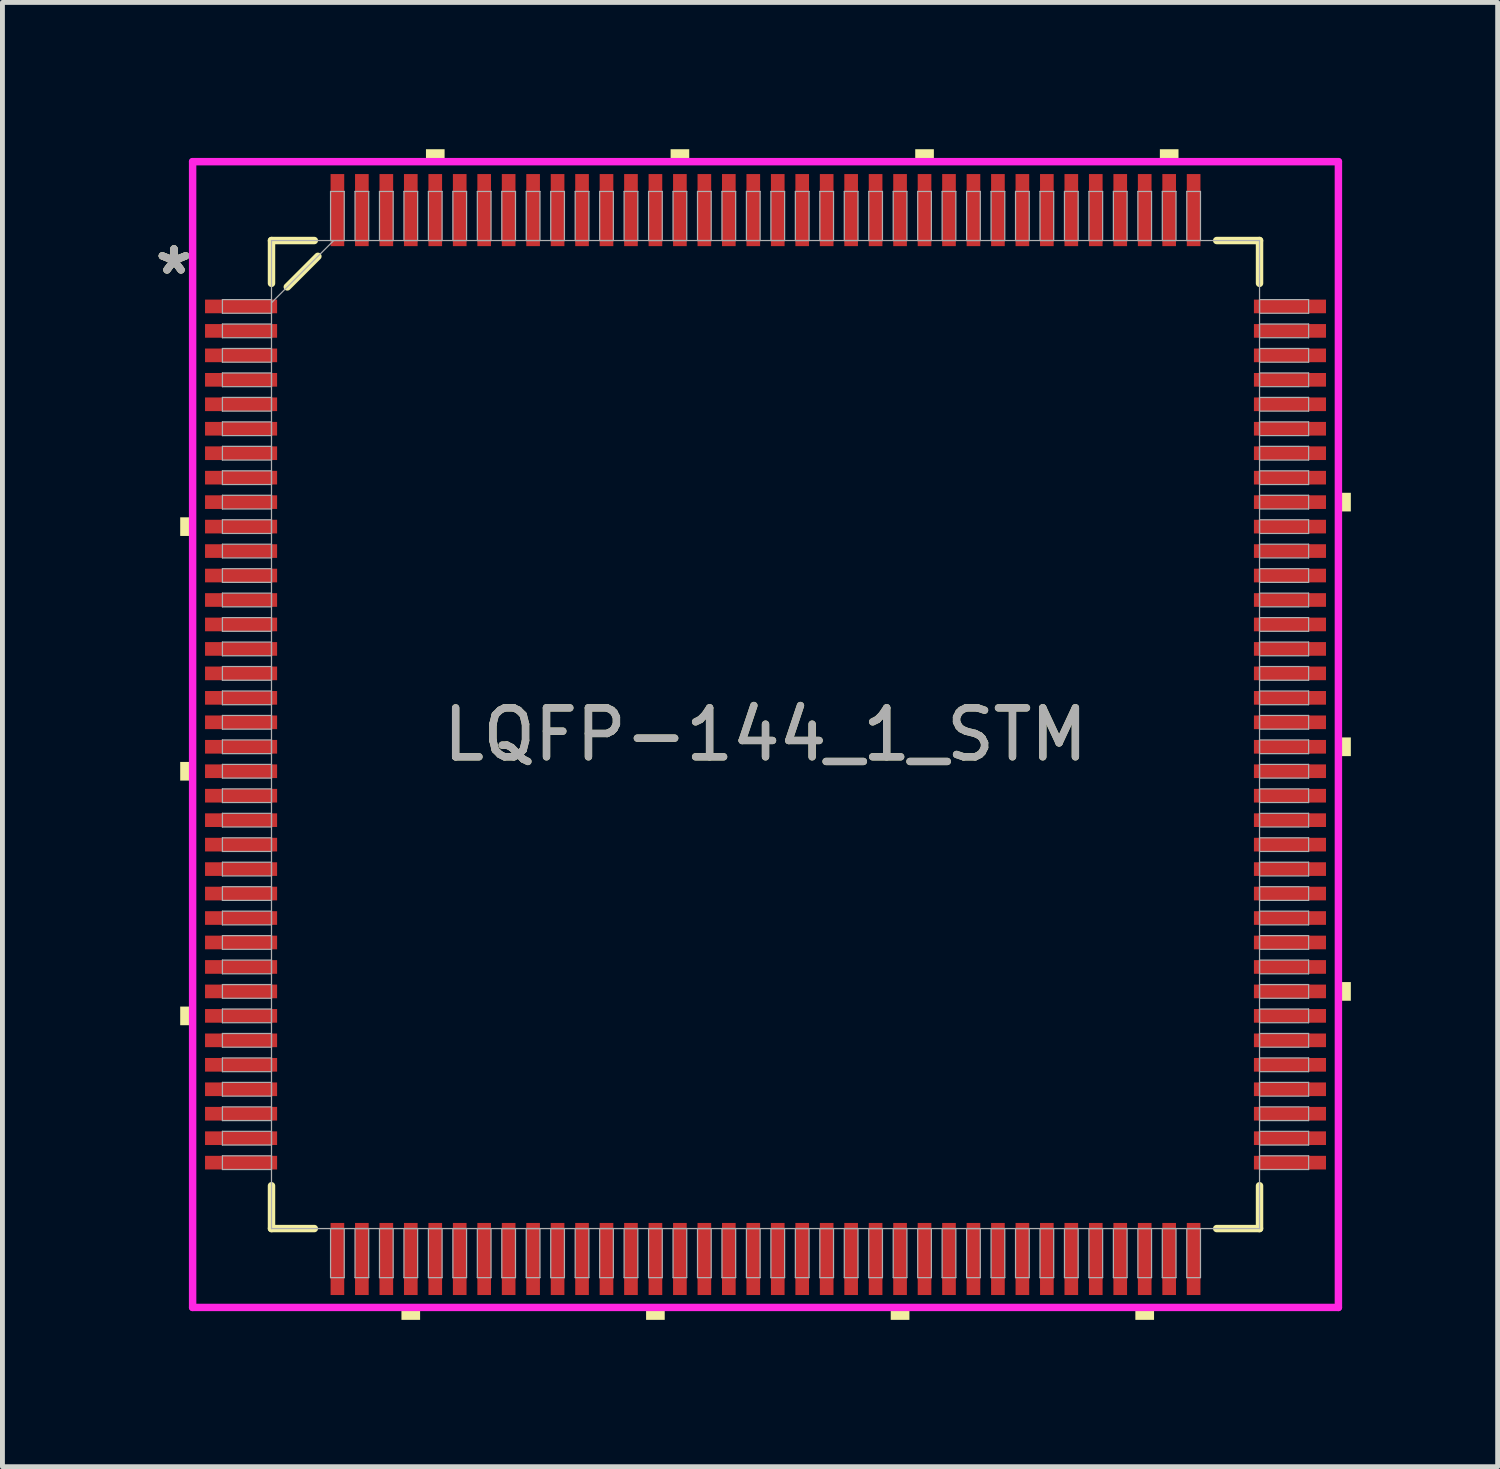
<source format=kicad_pcb>
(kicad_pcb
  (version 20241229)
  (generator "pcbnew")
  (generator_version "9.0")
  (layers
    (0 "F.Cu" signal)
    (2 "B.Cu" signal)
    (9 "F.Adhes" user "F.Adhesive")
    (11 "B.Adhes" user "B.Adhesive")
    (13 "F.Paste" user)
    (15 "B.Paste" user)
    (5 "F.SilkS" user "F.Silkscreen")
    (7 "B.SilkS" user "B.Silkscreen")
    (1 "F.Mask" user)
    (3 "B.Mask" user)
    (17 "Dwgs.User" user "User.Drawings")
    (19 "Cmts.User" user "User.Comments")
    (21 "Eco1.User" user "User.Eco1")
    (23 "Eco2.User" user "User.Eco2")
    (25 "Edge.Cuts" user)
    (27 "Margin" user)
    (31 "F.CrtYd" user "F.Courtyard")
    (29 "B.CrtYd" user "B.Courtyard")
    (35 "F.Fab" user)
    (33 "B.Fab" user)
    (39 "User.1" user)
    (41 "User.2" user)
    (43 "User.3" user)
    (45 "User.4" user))
  (footprint "LQFP-144_1_STM"
    (layer "F.Cu")
    (at 12.596 11.963)
    (property "Reference" "LQFP-144_1_STM" (at 0 0 0) (unlocked yes) (layer "F.SilkS") (effects (font (size 1 1) (thickness 0.15))))
    (attr smd)
    (fp_line (start -10.097 -10.097) (end -10.097 -9.222) (stroke (width 0.152) (type solid)) (layer "F.SilkS"))
    (fp_line (start -10.097 9.222) (end -10.097 10.097) (stroke (width 0.152) (type solid)) (layer "F.SilkS"))
    (fp_line (start -10.097 10.097) (end -9.222 10.097) (stroke (width 0.152) (type solid)) (layer "F.SilkS"))
    (fp_line (start -9.774 -9.149) (end -9.149 -9.774) (stroke (width 0.152) (type solid)) (layer "F.SilkS"))
    (fp_line (start -9.222 -10.097) (end -10.097 -10.097) (stroke (width 0.152) (type solid)) (layer "F.SilkS"))
    (fp_line (start 9.222 10.097) (end 10.097 10.097) (stroke (width 0.152) (type solid)) (layer "F.SilkS"))
    (fp_line (start 10.097 -10.097) (end 9.222 -10.097) (stroke (width 0.152) (type solid)) (layer "F.SilkS"))
    (fp_line (start 10.097 -9.222) (end 10.097 -10.097) (stroke (width 0.152) (type solid)) (layer "F.SilkS"))
    (fp_line (start 10.097 10.097) (end 10.097 9.222) (stroke (width 0.152) (type solid)) (layer "F.SilkS"))
    (fp_poly (pts (xy -11.963 -4.44) (xy -11.963 -4.059) (xy -11.709 -4.059) (xy -11.709 -4.44)) (stroke (width 0) (type solid)) (fill yes) (layer "F.SilkS"))
    (fp_poly (pts (xy -11.963 0.56) (xy -11.963 0.941) (xy -11.709 0.941) (xy -11.709 0.56)) (stroke (width 0) (type solid)) (fill yes) (layer "F.SilkS"))
    (fp_poly (pts (xy -11.963 5.56) (xy -11.963 5.941) (xy -11.709 5.941) (xy -11.709 5.56)) (stroke (width 0) (type solid)) (fill yes) (layer "F.SilkS"))
    (fp_poly (pts (xy -7.441 11.709) (xy -7.441 11.963) (xy -7.06 11.963) (xy -7.06 11.709)) (stroke (width 0) (type solid)) (fill yes) (layer "F.SilkS"))
    (fp_poly (pts (xy -6.94 -11.709) (xy -6.94 -11.963) (xy -6.559 -11.963) (xy -6.559 -11.709)) (stroke (width 0) (type solid)) (fill yes) (layer "F.SilkS"))
    (fp_poly (pts (xy -2.441 11.709) (xy -2.441 11.963) (xy -2.06 11.963) (xy -2.06 11.709)) (stroke (width 0) (type solid)) (fill yes) (layer "F.SilkS"))
    (fp_poly (pts (xy -1.94 -11.709) (xy -1.94 -11.963) (xy -1.559 -11.963) (xy -1.559 -11.709)) (stroke (width 0) (type solid)) (fill yes) (layer "F.SilkS"))
    (fp_poly (pts (xy 2.559 11.709) (xy 2.559 11.963) (xy 2.941 11.963) (xy 2.941 11.709)) (stroke (width 0) (type solid)) (fill yes) (layer "F.SilkS"))
    (fp_poly (pts (xy 3.06 -11.709) (xy 3.06 -11.963) (xy 3.441 -11.963) (xy 3.441 -11.709)) (stroke (width 0) (type solid)) (fill yes) (layer "F.SilkS"))
    (fp_poly (pts (xy 7.559 11.709) (xy 7.559 11.963) (xy 7.941 11.963) (xy 7.941 11.709)) (stroke (width 0) (type solid)) (fill yes) (layer "F.SilkS"))
    (fp_poly (pts (xy 8.06 -11.709) (xy 8.06 -11.963) (xy 8.441 -11.963) (xy 8.441 -11.709)) (stroke (width 0) (type solid)) (fill yes) (layer "F.SilkS"))
    (fp_poly (pts (xy 11.963 -4.941) (xy 11.963 -4.56) (xy 11.709 -4.56) (xy 11.709 -4.941)) (stroke (width 0) (type solid)) (fill yes) (layer "F.SilkS"))
    (fp_poly (pts (xy 11.963 0.059) (xy 11.963 0.441) (xy 11.709 0.441) (xy 11.709 0.059)) (stroke (width 0) (type solid)) (fill yes) (layer "F.SilkS"))
    (fp_poly (pts (xy 11.963 5.059) (xy 11.963 5.441) (xy 11.709 5.441) (xy 11.709 5.059)) (stroke (width 0) (type solid)) (fill yes) (layer "F.SilkS"))
    (fp_line (start -11.709 -11.709) (end 11.709 -11.709) (stroke (width 0.152) (type solid)) (layer "F.CrtYd"))
    (fp_line (start -11.709 11.709) (end -11.709 -11.709) (stroke (width 0.152) (type solid)) (layer "F.CrtYd"))
    (fp_line (start 11.709 -11.709) (end 11.709 11.709) (stroke (width 0.152) (type solid)) (layer "F.CrtYd"))
    (fp_line (start 11.709 11.709) (end -11.709 11.709) (stroke (width 0.152) (type solid)) (layer "F.CrtYd"))
    (fp_line (start -11.1 -8.89) (end -11.1 -8.61) (stroke (width 0.025) (type solid)) (layer "F.Fab"))
    (fp_line (start -11.1 -8.61) (end -10.097 -8.61) (stroke (width 0.025) (type solid)) (layer "F.Fab"))
    (fp_line (start -11.1 -8.39) (end -11.1 -8.11) (stroke (width 0.025) (type solid)) (layer "F.Fab"))
    (fp_line (start -11.1 -8.11) (end -10.097 -8.11) (stroke (width 0.025) (type solid)) (layer "F.Fab"))
    (fp_line (start -11.1 -7.89) (end -11.1 -7.61) (stroke (width 0.025) (type solid)) (layer "F.Fab"))
    (fp_line (start -11.1 -7.61) (end -10.097 -7.61) (stroke (width 0.025) (type solid)) (layer "F.Fab"))
    (fp_line (start -11.1 -7.39) (end -11.1 -7.11) (stroke (width 0.025) (type solid)) (layer "F.Fab"))
    (fp_line (start -11.1 -7.11) (end -10.097 -7.11) (stroke (width 0.025) (type solid)) (layer "F.Fab"))
    (fp_line (start -11.1 -6.89) (end -11.1 -6.61) (stroke (width 0.025) (type solid)) (layer "F.Fab"))
    (fp_line (start -11.1 -6.61) (end -10.097 -6.61) (stroke (width 0.025) (type solid)) (layer "F.Fab"))
    (fp_line (start -11.1 -6.39) (end -11.1 -6.11) (stroke (width 0.025) (type solid)) (layer "F.Fab"))
    (fp_line (start -11.1 -6.11) (end -10.097 -6.11) (stroke (width 0.025) (type solid)) (layer "F.Fab"))
    (fp_line (start -11.1 -5.89) (end -11.1 -5.61) (stroke (width 0.025) (type solid)) (layer "F.Fab"))
    (fp_line (start -11.1 -5.61) (end -10.097 -5.61) (stroke (width 0.025) (type solid)) (layer "F.Fab"))
    (fp_line (start -11.1 -5.39) (end -11.1 -5.11) (stroke (width 0.025) (type solid)) (layer "F.Fab"))
    (fp_line (start -11.1 -5.11) (end -10.097 -5.11) (stroke (width 0.025) (type solid)) (layer "F.Fab"))
    (fp_line (start -11.1 -4.89) (end -11.1 -4.61) (stroke (width 0.025) (type solid)) (layer "F.Fab"))
    (fp_line (start -11.1 -4.61) (end -10.097 -4.61) (stroke (width 0.025) (type solid)) (layer "F.Fab"))
    (fp_line (start -11.1 -4.39) (end -11.1 -4.11) (stroke (width 0.025) (type solid)) (layer "F.Fab"))
    (fp_line (start -11.1 -4.11) (end -10.097 -4.11) (stroke (width 0.025) (type solid)) (layer "F.Fab"))
    (fp_line (start -11.1 -3.89) (end -11.1 -3.61) (stroke (width 0.025) (type solid)) (layer "F.Fab"))
    (fp_line (start -11.1 -3.61) (end -10.097 -3.61) (stroke (width 0.025) (type solid)) (layer "F.Fab"))
    (fp_line (start -11.1 -3.39) (end -11.1 -3.11) (stroke (width 0.025) (type solid)) (layer "F.Fab"))
    (fp_line (start -11.1 -3.11) (end -10.097 -3.11) (stroke (width 0.025) (type solid)) (layer "F.Fab"))
    (fp_line (start -11.1 -2.89) (end -11.1 -2.61) (stroke (width 0.025) (type solid)) (layer "F.Fab"))
    (fp_line (start -11.1 -2.61) (end -10.097 -2.61) (stroke (width 0.025) (type solid)) (layer "F.Fab"))
    (fp_line (start -11.1 -2.39) (end -11.1 -2.11) (stroke (width 0.025) (type solid)) (layer "F.Fab"))
    (fp_line (start -11.1 -2.11) (end -10.097 -2.11) (stroke (width 0.025) (type solid)) (layer "F.Fab"))
    (fp_line (start -11.1 -1.89) (end -11.1 -1.61) (stroke (width 0.025) (type solid)) (layer "F.Fab"))
    (fp_line (start -11.1 -1.61) (end -10.097 -1.61) (stroke (width 0.025) (type solid)) (layer "F.Fab"))
    (fp_line (start -11.1 -1.39) (end -11.1 -1.11) (stroke (width 0.025) (type solid)) (layer "F.Fab"))
    (fp_line (start -11.1 -1.11) (end -10.097 -1.11) (stroke (width 0.025) (type solid)) (layer "F.Fab"))
    (fp_line (start -11.1 -0.89) (end -11.1 -0.61) (stroke (width 0.025) (type solid)) (layer "F.Fab"))
    (fp_line (start -11.1 -0.61) (end -10.097 -0.61) (stroke (width 0.025) (type solid)) (layer "F.Fab"))
    (fp_line (start -11.1 -0.39) (end -11.1 -0.11) (stroke (width 0.025) (type solid)) (layer "F.Fab"))
    (fp_line (start -11.1 -0.11) (end -10.097 -0.11) (stroke (width 0.025) (type solid)) (layer "F.Fab"))
    (fp_line (start -11.1 0.11) (end -11.1 0.39) (stroke (width 0.025) (type solid)) (layer "F.Fab"))
    (fp_line (start -11.1 0.39) (end -10.097 0.39) (stroke (width 0.025) (type solid)) (layer "F.Fab"))
    (fp_line (start -11.1 0.61) (end -11.1 0.89) (stroke (width 0.025) (type solid)) (layer "F.Fab"))
    (fp_line (start -11.1 0.89) (end -10.097 0.89) (stroke (width 0.025) (type solid)) (layer "F.Fab"))
    (fp_line (start -11.1 1.11) (end -11.1 1.39) (stroke (width 0.025) (type solid)) (layer "F.Fab"))
    (fp_line (start -11.1 1.39) (end -10.097 1.39) (stroke (width 0.025) (type solid)) (layer "F.Fab"))
    (fp_line (start -11.1 1.61) (end -11.1 1.89) (stroke (width 0.025) (type solid)) (layer "F.Fab"))
    (fp_line (start -11.1 1.89) (end -10.097 1.89) (stroke (width 0.025) (type solid)) (layer "F.Fab"))
    (fp_line (start -11.1 2.11) (end -11.1 2.39) (stroke (width 0.025) (type solid)) (layer "F.Fab"))
    (fp_line (start -11.1 2.39) (end -10.097 2.39) (stroke (width 0.025) (type solid)) (layer "F.Fab"))
    (fp_line (start -11.1 2.61) (end -11.1 2.89) (stroke (width 0.025) (type solid)) (layer "F.Fab"))
    (fp_line (start -11.1 2.89) (end -10.097 2.89) (stroke (width 0.025) (type solid)) (layer "F.Fab"))
    (fp_line (start -11.1 3.11) (end -11.1 3.39) (stroke (width 0.025) (type solid)) (layer "F.Fab"))
    (fp_line (start -11.1 3.39) (end -10.097 3.39) (stroke (width 0.025) (type solid)) (layer "F.Fab"))
    (fp_line (start -11.1 3.61) (end -11.1 3.89) (stroke (width 0.025) (type solid)) (layer "F.Fab"))
    (fp_line (start -11.1 3.89) (end -10.097 3.89) (stroke (width 0.025) (type solid)) (layer "F.Fab"))
    (fp_line (start -11.1 4.11) (end -11.1 4.39) (stroke (width 0.025) (type solid)) (layer "F.Fab"))
    (fp_line (start -11.1 4.39) (end -10.097 4.39) (stroke (width 0.025) (type solid)) (layer "F.Fab"))
    (fp_line (start -11.1 4.61) (end -11.1 4.89) (stroke (width 0.025) (type solid)) (layer "F.Fab"))
    (fp_line (start -11.1 4.89) (end -10.097 4.89) (stroke (width 0.025) (type solid)) (layer "F.Fab"))
    (fp_line (start -11.1 5.11) (end -11.1 5.39) (stroke (width 0.025) (type solid)) (layer "F.Fab"))
    (fp_line (start -11.1 5.39) (end -10.097 5.39) (stroke (width 0.025) (type solid)) (layer "F.Fab"))
    (fp_line (start -11.1 5.61) (end -11.1 5.89) (stroke (width 0.025) (type solid)) (layer "F.Fab"))
    (fp_line (start -11.1 5.89) (end -10.097 5.89) (stroke (width 0.025) (type solid)) (layer "F.Fab"))
    (fp_line (start -11.1 6.11) (end -11.1 6.39) (stroke (width 0.025) (type solid)) (layer "F.Fab"))
    (fp_line (start -11.1 6.39) (end -10.097 6.39) (stroke (width 0.025) (type solid)) (layer "F.Fab"))
    (fp_line (start -11.1 6.61) (end -11.1 6.89) (stroke (width 0.025) (type solid)) (layer "F.Fab"))
    (fp_line (start -11.1 6.89) (end -10.097 6.89) (stroke (width 0.025) (type solid)) (layer "F.Fab"))
    (fp_line (start -11.1 7.11) (end -11.1 7.39) (stroke (width 0.025) (type solid)) (layer "F.Fab"))
    (fp_line (start -11.1 7.39) (end -10.097 7.39) (stroke (width 0.025) (type solid)) (layer "F.Fab"))
    (fp_line (start -11.1 7.61) (end -11.1 7.89) (stroke (width 0.025) (type solid)) (layer "F.Fab"))
    (fp_line (start -11.1 7.89) (end -10.097 7.89) (stroke (width 0.025) (type solid)) (layer "F.Fab"))
    (fp_line (start -11.1 8.11) (end -11.1 8.39) (stroke (width 0.025) (type solid)) (layer "F.Fab"))
    (fp_line (start -11.1 8.39) (end -10.097 8.39) (stroke (width 0.025) (type solid)) (layer "F.Fab"))
    (fp_line (start -11.1 8.61) (end -11.1 8.89) (stroke (width 0.025) (type solid)) (layer "F.Fab"))
    (fp_line (start -11.1 8.89) (end -10.097 8.89) (stroke (width 0.025) (type solid)) (layer "F.Fab"))
    (fp_line (start -10.097 -10.097) (end -10.097 -10.097) (stroke (width 0.025) (type solid)) (layer "F.Fab"))
    (fp_line (start -10.097 -10.097) (end -10.097 10.097) (stroke (width 0.025) (type solid)) (layer "F.Fab"))
    (fp_line (start -10.097 -8.89) (end -11.1 -8.89) (stroke (width 0.025) (type solid)) (layer "F.Fab"))
    (fp_line (start -10.097 -8.826) (end -8.826 -10.097) (stroke (width 0.025) (type solid)) (layer "F.Fab"))
    (fp_line (start -10.097 -8.61) (end -10.097 -8.89) (stroke (width 0.025) (type solid)) (layer "F.Fab"))
    (fp_line (start -10.097 -8.39) (end -11.1 -8.39) (stroke (width 0.025) (type solid)) (layer "F.Fab"))
    (fp_line (start -10.097 -8.11) (end -10.097 -8.39) (stroke (width 0.025) (type solid)) (layer "F.Fab"))
    (fp_line (start -10.097 -7.89) (end -11.1 -7.89) (stroke (width 0.025) (type solid)) (layer "F.Fab"))
    (fp_line (start -10.097 -7.61) (end -10.097 -7.89) (stroke (width 0.025) (type solid)) (layer "F.Fab"))
    (fp_line (start -10.097 -7.39) (end -11.1 -7.39) (stroke (width 0.025) (type solid)) (layer "F.Fab"))
    (fp_line (start -10.097 -7.11) (end -10.097 -7.39) (stroke (width 0.025) (type solid)) (layer "F.Fab"))
    (fp_line (start -10.097 -6.89) (end -11.1 -6.89) (stroke (width 0.025) (type solid)) (layer "F.Fab"))
    (fp_line (start -10.097 -6.61) (end -10.097 -6.89) (stroke (width 0.025) (type solid)) (layer "F.Fab"))
    (fp_line (start -10.097 -6.39) (end -11.1 -6.39) (stroke (width 0.025) (type solid)) (layer "F.Fab"))
    (fp_line (start -10.097 -6.11) (end -10.097 -6.39) (stroke (width 0.025) (type solid)) (layer "F.Fab"))
    (fp_line (start -10.097 -5.89) (end -11.1 -5.89) (stroke (width 0.025) (type solid)) (layer "F.Fab"))
    (fp_line (start -10.097 -5.61) (end -10.097 -5.89) (stroke (width 0.025) (type solid)) (layer "F.Fab"))
    (fp_line (start -10.097 -5.39) (end -11.1 -5.39) (stroke (width 0.025) (type solid)) (layer "F.Fab"))
    (fp_line (start -10.097 -5.11) (end -10.097 -5.39) (stroke (width 0.025) (type solid)) (layer "F.Fab"))
    (fp_line (start -10.097 -4.89) (end -11.1 -4.89) (stroke (width 0.025) (type solid)) (layer "F.Fab"))
    (fp_line (start -10.097 -4.61) (end -10.097 -4.89) (stroke (width 0.025) (type solid)) (layer "F.Fab"))
    (fp_line (start -10.097 -4.39) (end -11.1 -4.39) (stroke (width 0.025) (type solid)) (layer "F.Fab"))
    (fp_line (start -10.097 -4.11) (end -10.097 -4.39) (stroke (width 0.025) (type solid)) (layer "F.Fab"))
    (fp_line (start -10.097 -3.89) (end -11.1 -3.89) (stroke (width 0.025) (type solid)) (layer "F.Fab"))
    (fp_line (start -10.097 -3.61) (end -10.097 -3.89) (stroke (width 0.025) (type solid)) (layer "F.Fab"))
    (fp_line (start -10.097 -3.39) (end -11.1 -3.39) (stroke (width 0.025) (type solid)) (layer "F.Fab"))
    (fp_line (start -10.097 -3.11) (end -10.097 -3.39) (stroke (width 0.025) (type solid)) (layer "F.Fab"))
    (fp_line (start -10.097 -2.89) (end -11.1 -2.89) (stroke (width 0.025) (type solid)) (layer "F.Fab"))
    (fp_line (start -10.097 -2.61) (end -10.097 -2.89) (stroke (width 0.025) (type solid)) (layer "F.Fab"))
    (fp_line (start -10.097 -2.39) (end -11.1 -2.39) (stroke (width 0.025) (type solid)) (layer "F.Fab"))
    (fp_line (start -10.097 -2.11) (end -10.097 -2.39) (stroke (width 0.025) (type solid)) (layer "F.Fab"))
    (fp_line (start -10.097 -1.89) (end -11.1 -1.89) (stroke (width 0.025) (type solid)) (layer "F.Fab"))
    (fp_line (start -10.097 -1.61) (end -10.097 -1.89) (stroke (width 0.025) (type solid)) (layer "F.Fab"))
    (fp_line (start -10.097 -1.39) (end -11.1 -1.39) (stroke (width 0.025) (type solid)) (layer "F.Fab"))
    (fp_line (start -10.097 -1.11) (end -10.097 -1.39) (stroke (width 0.025) (type solid)) (layer "F.Fab"))
    (fp_line (start -10.097 -0.89) (end -11.1 -0.89) (stroke (width 0.025) (type solid)) (layer "F.Fab"))
    (fp_line (start -10.097 -0.61) (end -10.097 -0.89) (stroke (width 0.025) (type solid)) (layer "F.Fab"))
    (fp_line (start -10.097 -0.39) (end -11.1 -0.39) (stroke (width 0.025) (type solid)) (layer "F.Fab"))
    (fp_line (start -10.097 -0.11) (end -10.097 -0.39) (stroke (width 0.025) (type solid)) (layer "F.Fab"))
    (fp_line (start -10.097 0.11) (end -11.1 0.11) (stroke (width 0.025) (type solid)) (layer "F.Fab"))
    (fp_line (start -10.097 0.39) (end -10.097 0.11) (stroke (width 0.025) (type solid)) (layer "F.Fab"))
    (fp_line (start -10.097 0.61) (end -11.1 0.61) (stroke (width 0.025) (type solid)) (layer "F.Fab"))
    (fp_line (start -10.097 0.89) (end -10.097 0.61) (stroke (width 0.025) (type solid)) (layer "F.Fab"))
    (fp_line (start -10.097 1.11) (end -11.1 1.11) (stroke (width 0.025) (type solid)) (layer "F.Fab"))
    (fp_line (start -10.097 1.39) (end -10.097 1.11) (stroke (width 0.025) (type solid)) (layer "F.Fab"))
    (fp_line (start -10.097 1.61) (end -11.1 1.61) (stroke (width 0.025) (type solid)) (layer "F.Fab"))
    (fp_line (start -10.097 1.89) (end -10.097 1.61) (stroke (width 0.025) (type solid)) (layer "F.Fab"))
    (fp_line (start -10.097 2.11) (end -11.1 2.11) (stroke (width 0.025) (type solid)) (layer "F.Fab"))
    (fp_line (start -10.097 2.39) (end -10.097 2.11) (stroke (width 0.025) (type solid)) (layer "F.Fab"))
    (fp_line (start -10.097 2.61) (end -11.1 2.61) (stroke (width 0.025) (type solid)) (layer "F.Fab"))
    (fp_line (start -10.097 2.89) (end -10.097 2.61) (stroke (width 0.025) (type solid)) (layer "F.Fab"))
    (fp_line (start -10.097 3.11) (end -11.1 3.11) (stroke (width 0.025) (type solid)) (layer "F.Fab"))
    (fp_line (start -10.097 3.39) (end -10.097 3.11) (stroke (width 0.025) (type solid)) (layer "F.Fab"))
    (fp_line (start -10.097 3.61) (end -11.1 3.61) (stroke (width 0.025) (type solid)) (layer "F.Fab"))
    (fp_line (start -10.097 3.89) (end -10.097 3.61) (stroke (width 0.025) (type solid)) (layer "F.Fab"))
    (fp_line (start -10.097 4.11) (end -11.1 4.11) (stroke (width 0.025) (type solid)) (layer "F.Fab"))
    (fp_line (start -10.097 4.39) (end -10.097 4.11) (stroke (width 0.025) (type solid)) (layer "F.Fab"))
    (fp_line (start -10.097 4.61) (end -11.1 4.61) (stroke (width 0.025) (type solid)) (layer "F.Fab"))
    (fp_line (start -10.097 4.89) (end -10.097 4.61) (stroke (width 0.025) (type solid)) (layer "F.Fab"))
    (fp_line (start -10.097 5.11) (end -11.1 5.11) (stroke (width 0.025) (type solid)) (layer "F.Fab"))
    (fp_line (start -10.097 5.39) (end -10.097 5.11) (stroke (width 0.025) (type solid)) (layer "F.Fab"))
    (fp_line (start -10.097 5.61) (end -11.1 5.61) (stroke (width 0.025) (type solid)) (layer "F.Fab"))
    (fp_line (start -10.097 5.89) (end -10.097 5.61) (stroke (width 0.025) (type solid)) (layer "F.Fab"))
    (fp_line (start -10.097 6.11) (end -11.1 6.11) (stroke (width 0.025) (type solid)) (layer "F.Fab"))
    (fp_line (start -10.097 6.39) (end -10.097 6.11) (stroke (width 0.025) (type solid)) (layer "F.Fab"))
    (fp_line (start -10.097 6.61) (end -11.1 6.61) (stroke (width 0.025) (type solid)) (layer "F.Fab"))
    (fp_line (start -10.097 6.89) (end -10.097 6.61) (stroke (width 0.025) (type solid)) (layer "F.Fab"))
    (fp_line (start -10.097 7.11) (end -11.1 7.11) (stroke (width 0.025) (type solid)) (layer "F.Fab"))
    (fp_line (start -10.097 7.39) (end -10.097 7.11) (stroke (width 0.025) (type solid)) (layer "F.Fab"))
    (fp_line (start -10.097 7.61) (end -11.1 7.61) (stroke (width 0.025) (type solid)) (layer "F.Fab"))
    (fp_line (start -10.097 7.89) (end -10.097 7.61) (stroke (width 0.025) (type solid)) (layer "F.Fab"))
    (fp_line (start -10.097 8.11) (end -11.1 8.11) (stroke (width 0.025) (type solid)) (layer "F.Fab"))
    (fp_line (start -10.097 8.39) (end -10.097 8.11) (stroke (width 0.025) (type solid)) (layer "F.Fab"))
    (fp_line (start -10.097 8.61) (end -11.1 8.61) (stroke (width 0.025) (type solid)) (layer "F.Fab"))
    (fp_line (start -10.097 8.89) (end -10.097 8.61) (stroke (width 0.025) (type solid)) (layer "F.Fab"))
    (fp_line (start -10.097 10.097) (end -10.097 10.097) (stroke (width 0.025) (type solid)) (layer "F.Fab"))
    (fp_line (start -10.097 10.097) (end 10.097 10.097) (stroke (width 0.025) (type solid)) (layer "F.Fab"))
    (fp_line (start -8.89 -11.1) (end -8.89 -10.097) (stroke (width 0.025) (type solid)) (layer "F.Fab"))
    (fp_line (start -8.89 -10.097) (end -8.61 -10.097) (stroke (width 0.025) (type solid)) (layer "F.Fab"))
    (fp_line (start -8.89 10.097) (end -8.89 11.1) (stroke (width 0.025) (type solid)) (layer "F.Fab"))
    (fp_line (start -8.89 11.1) (end -8.61 11.1) (stroke (width 0.025) (type solid)) (layer "F.Fab"))
    (fp_line (start -8.61 -11.1) (end -8.89 -11.1) (stroke (width 0.025) (type solid)) (layer "F.Fab"))
    (fp_line (start -8.61 -10.097) (end -8.61 -11.1) (stroke (width 0.025) (type solid)) (layer "F.Fab"))
    (fp_line (start -8.61 10.097) (end -8.89 10.097) (stroke (width 0.025) (type solid)) (layer "F.Fab"))
    (fp_line (start -8.61 11.1) (end -8.61 10.097) (stroke (width 0.025) (type solid)) (layer "F.Fab"))
    (fp_line (start -8.39 -11.1) (end -8.39 -10.097) (stroke (width 0.025) (type solid)) (layer "F.Fab"))
    (fp_line (start -8.39 -10.097) (end -8.11 -10.097) (stroke (width 0.025) (type solid)) (layer "F.Fab"))
    (fp_line (start -8.39 10.097) (end -8.39 11.1) (stroke (width 0.025) (type solid)) (layer "F.Fab"))
    (fp_line (start -8.39 11.1) (end -8.11 11.1) (stroke (width 0.025) (type solid)) (layer "F.Fab"))
    (fp_line (start -8.11 -11.1) (end -8.39 -11.1) (stroke (width 0.025) (type solid)) (layer "F.Fab"))
    (fp_line (start -8.11 -10.097) (end -8.11 -11.1) (stroke (width 0.025) (type solid)) (layer "F.Fab"))
    (fp_line (start -8.11 10.097) (end -8.39 10.097) (stroke (width 0.025) (type solid)) (layer "F.Fab"))
    (fp_line (start -8.11 11.1) (end -8.11 10.097) (stroke (width 0.025) (type solid)) (layer "F.Fab"))
    (fp_line (start -7.89 -11.1) (end -7.89 -10.097) (stroke (width 0.025) (type solid)) (layer "F.Fab"))
    (fp_line (start -7.89 -10.097) (end -7.61 -10.097) (stroke (width 0.025) (type solid)) (layer "F.Fab"))
    (fp_line (start -7.89 10.097) (end -7.89 11.1) (stroke (width 0.025) (type solid)) (layer "F.Fab"))
    (fp_line (start -7.89 11.1) (end -7.61 11.1) (stroke (width 0.025) (type solid)) (layer "F.Fab"))
    (fp_line (start -7.61 -11.1) (end -7.89 -11.1) (stroke (width 0.025) (type solid)) (layer "F.Fab"))
    (fp_line (start -7.61 -10.097) (end -7.61 -11.1) (stroke (width 0.025) (type solid)) (layer "F.Fab"))
    (fp_line (start -7.61 10.097) (end -7.89 10.097) (stroke (width 0.025) (type solid)) (layer "F.Fab"))
    (fp_line (start -7.61 11.1) (end -7.61 10.097) (stroke (width 0.025) (type solid)) (layer "F.Fab"))
    (fp_line (start -7.39 -11.1) (end -7.39 -10.097) (stroke (width 0.025) (type solid)) (layer "F.Fab"))
    (fp_line (start -7.39 -10.097) (end -7.11 -10.097) (stroke (width 0.025) (type solid)) (layer "F.Fab"))
    (fp_line (start -7.39 10.097) (end -7.39 11.1) (stroke (width 0.025) (type solid)) (layer "F.Fab"))
    (fp_line (start -7.39 11.1) (end -7.11 11.1) (stroke (width 0.025) (type solid)) (layer "F.Fab"))
    (fp_line (start -7.11 -11.1) (end -7.39 -11.1) (stroke (width 0.025) (type solid)) (layer "F.Fab"))
    (fp_line (start -7.11 -10.097) (end -7.11 -11.1) (stroke (width 0.025) (type solid)) (layer "F.Fab"))
    (fp_line (start -7.11 10.097) (end -7.39 10.097) (stroke (width 0.025) (type solid)) (layer "F.Fab"))
    (fp_line (start -7.11 11.1) (end -7.11 10.097) (stroke (width 0.025) (type solid)) (layer "F.Fab"))
    (fp_line (start -6.89 -11.1) (end -6.89 -10.097) (stroke (width 0.025) (type solid)) (layer "F.Fab"))
    (fp_line (start -6.89 -10.097) (end -6.61 -10.097) (stroke (width 0.025) (type solid)) (layer "F.Fab"))
    (fp_line (start -6.89 10.097) (end -6.89 11.1) (stroke (width 0.025) (type solid)) (layer "F.Fab"))
    (fp_line (start -6.89 11.1) (end -6.61 11.1) (stroke (width 0.025) (type solid)) (layer "F.Fab"))
    (fp_line (start -6.61 -11.1) (end -6.89 -11.1) (stroke (width 0.025) (type solid)) (layer "F.Fab"))
    (fp_line (start -6.61 -10.097) (end -6.61 -11.1) (stroke (width 0.025) (type solid)) (layer "F.Fab"))
    (fp_line (start -6.61 10.097) (end -6.89 10.097) (stroke (width 0.025) (type solid)) (layer "F.Fab"))
    (fp_line (start -6.61 11.1) (end -6.61 10.097) (stroke (width 0.025) (type solid)) (layer "F.Fab"))
    (fp_line (start -6.39 -11.1) (end -6.39 -10.097) (stroke (width 0.025) (type solid)) (layer "F.Fab"))
    (fp_line (start -6.39 -10.097) (end -6.11 -10.097) (stroke (width 0.025) (type solid)) (layer "F.Fab"))
    (fp_line (start -6.39 10.097) (end -6.39 11.1) (stroke (width 0.025) (type solid)) (layer "F.Fab"))
    (fp_line (start -6.39 11.1) (end -6.11 11.1) (stroke (width 0.025) (type solid)) (layer "F.Fab"))
    (fp_line (start -6.11 -11.1) (end -6.39 -11.1) (stroke (width 0.025) (type solid)) (layer "F.Fab"))
    (fp_line (start -6.11 -10.097) (end -6.11 -11.1) (stroke (width 0.025) (type solid)) (layer "F.Fab"))
    (fp_line (start -6.11 10.097) (end -6.39 10.097) (stroke (width 0.025) (type solid)) (layer "F.Fab"))
    (fp_line (start -6.11 11.1) (end -6.11 10.097) (stroke (width 0.025) (type solid)) (layer "F.Fab"))
    (fp_line (start -5.89 -11.1) (end -5.89 -10.097) (stroke (width 0.025) (type solid)) (layer "F.Fab"))
    (fp_line (start -5.89 -10.097) (end -5.61 -10.097) (stroke (width 0.025) (type solid)) (layer "F.Fab"))
    (fp_line (start -5.89 10.097) (end -5.89 11.1) (stroke (width 0.025) (type solid)) (layer "F.Fab"))
    (fp_line (start -5.89 11.1) (end -5.61 11.1) (stroke (width 0.025) (type solid)) (layer "F.Fab"))
    (fp_line (start -5.61 -11.1) (end -5.89 -11.1) (stroke (width 0.025) (type solid)) (layer "F.Fab"))
    (fp_line (start -5.61 -10.097) (end -5.61 -11.1) (stroke (width 0.025) (type solid)) (layer "F.Fab"))
    (fp_line (start -5.61 10.097) (end -5.89 10.097) (stroke (width 0.025) (type solid)) (layer "F.Fab"))
    (fp_line (start -5.61 11.1) (end -5.61 10.097) (stroke (width 0.025) (type solid)) (layer "F.Fab"))
    (fp_line (start -5.39 -11.1) (end -5.39 -10.097) (stroke (width 0.025) (type solid)) (layer "F.Fab"))
    (fp_line (start -5.39 -10.097) (end -5.11 -10.097) (stroke (width 0.025) (type solid)) (layer "F.Fab"))
    (fp_line (start -5.39 10.097) (end -5.39 11.1) (stroke (width 0.025) (type solid)) (layer "F.Fab"))
    (fp_line (start -5.39 11.1) (end -5.11 11.1) (stroke (width 0.025) (type solid)) (layer "F.Fab"))
    (fp_line (start -5.11 -11.1) (end -5.39 -11.1) (stroke (width 0.025) (type solid)) (layer "F.Fab"))
    (fp_line (start -5.11 -10.097) (end -5.11 -11.1) (stroke (width 0.025) (type solid)) (layer "F.Fab"))
    (fp_line (start -5.11 10.097) (end -5.39 10.097) (stroke (width 0.025) (type solid)) (layer "F.Fab"))
    (fp_line (start -5.11 11.1) (end -5.11 10.097) (stroke (width 0.025) (type solid)) (layer "F.Fab"))
    (fp_line (start -4.89 -11.1) (end -4.89 -10.097) (stroke (width 0.025) (type solid)) (layer "F.Fab"))
    (fp_line (start -4.89 -10.097) (end -4.61 -10.097) (stroke (width 0.025) (type solid)) (layer "F.Fab"))
    (fp_line (start -4.89 10.097) (end -4.89 11.1) (stroke (width 0.025) (type solid)) (layer "F.Fab"))
    (fp_line (start -4.89 11.1) (end -4.61 11.1) (stroke (width 0.025) (type solid)) (layer "F.Fab"))
    (fp_line (start -4.61 -11.1) (end -4.89 -11.1) (stroke (width 0.025) (type solid)) (layer "F.Fab"))
    (fp_line (start -4.61 -10.097) (end -4.61 -11.1) (stroke (width 0.025) (type solid)) (layer "F.Fab"))
    (fp_line (start -4.61 10.097) (end -4.89 10.097) (stroke (width 0.025) (type solid)) (layer "F.Fab"))
    (fp_line (start -4.61 11.1) (end -4.61 10.097) (stroke (width 0.025) (type solid)) (layer "F.Fab"))
    (fp_line (start -4.39 -11.1) (end -4.39 -10.097) (stroke (width 0.025) (type solid)) (layer "F.Fab"))
    (fp_line (start -4.39 -10.097) (end -4.11 -10.097) (stroke (width 0.025) (type solid)) (layer "F.Fab"))
    (fp_line (start -4.39 10.097) (end -4.39 11.1) (stroke (width 0.025) (type solid)) (layer "F.Fab"))
    (fp_line (start -4.39 11.1) (end -4.11 11.1) (stroke (width 0.025) (type solid)) (layer "F.Fab"))
    (fp_line (start -4.11 -11.1) (end -4.39 -11.1) (stroke (width 0.025) (type solid)) (layer "F.Fab"))
    (fp_line (start -4.11 -10.097) (end -4.11 -11.1) (stroke (width 0.025) (type solid)) (layer "F.Fab"))
    (fp_line (start -4.11 10.097) (end -4.39 10.097) (stroke (width 0.025) (type solid)) (layer "F.Fab"))
    (fp_line (start -4.11 11.1) (end -4.11 10.097) (stroke (width 0.025) (type solid)) (layer "F.Fab"))
    (fp_line (start -3.89 -11.1) (end -3.89 -10.097) (stroke (width 0.025) (type solid)) (layer "F.Fab"))
    (fp_line (start -3.89 -10.097) (end -3.61 -10.097) (stroke (width 0.025) (type solid)) (layer "F.Fab"))
    (fp_line (start -3.89 10.097) (end -3.89 11.1) (stroke (width 0.025) (type solid)) (layer "F.Fab"))
    (fp_line (start -3.89 11.1) (end -3.61 11.1) (stroke (width 0.025) (type solid)) (layer "F.Fab"))
    (fp_line (start -3.61 -11.1) (end -3.89 -11.1) (stroke (width 0.025) (type solid)) (layer "F.Fab"))
    (fp_line (start -3.61 -10.097) (end -3.61 -11.1) (stroke (width 0.025) (type solid)) (layer "F.Fab"))
    (fp_line (start -3.61 10.097) (end -3.89 10.097) (stroke (width 0.025) (type solid)) (layer "F.Fab"))
    (fp_line (start -3.61 11.1) (end -3.61 10.097) (stroke (width 0.025) (type solid)) (layer "F.Fab"))
    (fp_line (start -3.39 -11.1) (end -3.39 -10.097) (stroke (width 0.025) (type solid)) (layer "F.Fab"))
    (fp_line (start -3.39 -10.097) (end -3.11 -10.097) (stroke (width 0.025) (type solid)) (layer "F.Fab"))
    (fp_line (start -3.39 10.097) (end -3.39 11.1) (stroke (width 0.025) (type solid)) (layer "F.Fab"))
    (fp_line (start -3.39 11.1) (end -3.11 11.1) (stroke (width 0.025) (type solid)) (layer "F.Fab"))
    (fp_line (start -3.11 -11.1) (end -3.39 -11.1) (stroke (width 0.025) (type solid)) (layer "F.Fab"))
    (fp_line (start -3.11 -10.097) (end -3.11 -11.1) (stroke (width 0.025) (type solid)) (layer "F.Fab"))
    (fp_line (start -3.11 10.097) (end -3.39 10.097) (stroke (width 0.025) (type solid)) (layer "F.Fab"))
    (fp_line (start -3.11 11.1) (end -3.11 10.097) (stroke (width 0.025) (type solid)) (layer "F.Fab"))
    (fp_line (start -2.89 -11.1) (end -2.89 -10.097) (stroke (width 0.025) (type solid)) (layer "F.Fab"))
    (fp_line (start -2.89 -10.097) (end -2.61 -10.097) (stroke (width 0.025) (type solid)) (layer "F.Fab"))
    (fp_line (start -2.89 10.097) (end -2.89 11.1) (stroke (width 0.025) (type solid)) (layer "F.Fab"))
    (fp_line (start -2.89 11.1) (end -2.61 11.1) (stroke (width 0.025) (type solid)) (layer "F.Fab"))
    (fp_line (start -2.61 -11.1) (end -2.89 -11.1) (stroke (width 0.025) (type solid)) (layer "F.Fab"))
    (fp_line (start -2.61 -10.097) (end -2.61 -11.1) (stroke (width 0.025) (type solid)) (layer "F.Fab"))
    (fp_line (start -2.61 10.097) (end -2.89 10.097) (stroke (width 0.025) (type solid)) (layer "F.Fab"))
    (fp_line (start -2.61 11.1) (end -2.61 10.097) (stroke (width 0.025) (type solid)) (layer "F.Fab"))
    (fp_line (start -2.39 -11.1) (end -2.39 -10.097) (stroke (width 0.025) (type solid)) (layer "F.Fab"))
    (fp_line (start -2.39 -10.097) (end -2.11 -10.097) (stroke (width 0.025) (type solid)) (layer "F.Fab"))
    (fp_line (start -2.39 10.097) (end -2.39 11.1) (stroke (width 0.025) (type solid)) (layer "F.Fab"))
    (fp_line (start -2.39 11.1) (end -2.11 11.1) (stroke (width 0.025) (type solid)) (layer "F.Fab"))
    (fp_line (start -2.11 -11.1) (end -2.39 -11.1) (stroke (width 0.025) (type solid)) (layer "F.Fab"))
    (fp_line (start -2.11 -10.097) (end -2.11 -11.1) (stroke (width 0.025) (type solid)) (layer "F.Fab"))
    (fp_line (start -2.11 10.097) (end -2.39 10.097) (stroke (width 0.025) (type solid)) (layer "F.Fab"))
    (fp_line (start -2.11 11.1) (end -2.11 10.097) (stroke (width 0.025) (type solid)) (layer "F.Fab"))
    (fp_line (start -1.89 -11.1) (end -1.89 -10.097) (stroke (width 0.025) (type solid)) (layer "F.Fab"))
    (fp_line (start -1.89 -10.097) (end -1.61 -10.097) (stroke (width 0.025) (type solid)) (layer "F.Fab"))
    (fp_line (start -1.89 10.097) (end -1.89 11.1) (stroke (width 0.025) (type solid)) (layer "F.Fab"))
    (fp_line (start -1.89 11.1) (end -1.61 11.1) (stroke (width 0.025) (type solid)) (layer "F.Fab"))
    (fp_line (start -1.61 -11.1) (end -1.89 -11.1) (stroke (width 0.025) (type solid)) (layer "F.Fab"))
    (fp_line (start -1.61 -10.097) (end -1.61 -11.1) (stroke (width 0.025) (type solid)) (layer "F.Fab"))
    (fp_line (start -1.61 10.097) (end -1.89 10.097) (stroke (width 0.025) (type solid)) (layer "F.Fab"))
    (fp_line (start -1.61 11.1) (end -1.61 10.097) (stroke (width 0.025) (type solid)) (layer "F.Fab"))
    (fp_line (start -1.39 -11.1) (end -1.39 -10.097) (stroke (width 0.025) (type solid)) (layer "F.Fab"))
    (fp_line (start -1.39 -10.097) (end -1.11 -10.097) (stroke (width 0.025) (type solid)) (layer "F.Fab"))
    (fp_line (start -1.39 10.097) (end -1.39 11.1) (stroke (width 0.025) (type solid)) (layer "F.Fab"))
    (fp_line (start -1.39 11.1) (end -1.11 11.1) (stroke (width 0.025) (type solid)) (layer "F.Fab"))
    (fp_line (start -1.11 -11.1) (end -1.39 -11.1) (stroke (width 0.025) (type solid)) (layer "F.Fab"))
    (fp_line (start -1.11 -10.097) (end -1.11 -11.1) (stroke (width 0.025) (type solid)) (layer "F.Fab"))
    (fp_line (start -1.11 10.097) (end -1.39 10.097) (stroke (width 0.025) (type solid)) (layer "F.Fab"))
    (fp_line (start -1.11 11.1) (end -1.11 10.097) (stroke (width 0.025) (type solid)) (layer "F.Fab"))
    (fp_line (start -0.89 -11.1) (end -0.89 -10.097) (stroke (width 0.025) (type solid)) (layer "F.Fab"))
    (fp_line (start -0.89 -10.097) (end -0.61 -10.097) (stroke (width 0.025) (type solid)) (layer "F.Fab"))
    (fp_line (start -0.89 10.097) (end -0.89 11.1) (stroke (width 0.025) (type solid)) (layer "F.Fab"))
    (fp_line (start -0.89 11.1) (end -0.61 11.1) (stroke (width 0.025) (type solid)) (layer "F.Fab"))
    (fp_line (start -0.61 -11.1) (end -0.89 -11.1) (stroke (width 0.025) (type solid)) (layer "F.Fab"))
    (fp_line (start -0.61 -10.097) (end -0.61 -11.1) (stroke (width 0.025) (type solid)) (layer "F.Fab"))
    (fp_line (start -0.61 10.097) (end -0.89 10.097) (stroke (width 0.025) (type solid)) (layer "F.Fab"))
    (fp_line (start -0.61 11.1) (end -0.61 10.097) (stroke (width 0.025) (type solid)) (layer "F.Fab"))
    (fp_line (start -0.39 -11.1) (end -0.39 -10.097) (stroke (width 0.025) (type solid)) (layer "F.Fab"))
    (fp_line (start -0.39 -10.097) (end -0.11 -10.097) (stroke (width 0.025) (type solid)) (layer "F.Fab"))
    (fp_line (start -0.39 10.097) (end -0.39 11.1) (stroke (width 0.025) (type solid)) (layer "F.Fab"))
    (fp_line (start -0.39 11.1) (end -0.11 11.1) (stroke (width 0.025) (type solid)) (layer "F.Fab"))
    (fp_line (start -0.11 -11.1) (end -0.39 -11.1) (stroke (width 0.025) (type solid)) (layer "F.Fab"))
    (fp_line (start -0.11 -10.097) (end -0.11 -11.1) (stroke (width 0.025) (type solid)) (layer "F.Fab"))
    (fp_line (start -0.11 10.097) (end -0.39 10.097) (stroke (width 0.025) (type solid)) (layer "F.Fab"))
    (fp_line (start -0.11 11.1) (end -0.11 10.097) (stroke (width 0.025) (type solid)) (layer "F.Fab"))
    (fp_line (start 0.11 -11.1) (end 0.11 -10.097) (stroke (width 0.025) (type solid)) (layer "F.Fab"))
    (fp_line (start 0.11 -10.097) (end 0.39 -10.097) (stroke (width 0.025) (type solid)) (layer "F.Fab"))
    (fp_line (start 0.11 10.097) (end 0.11 11.1) (stroke (width 0.025) (type solid)) (layer "F.Fab"))
    (fp_line (start 0.11 11.1) (end 0.39 11.1) (stroke (width 0.025) (type solid)) (layer "F.Fab"))
    (fp_line (start 0.39 -11.1) (end 0.11 -11.1) (stroke (width 0.025) (type solid)) (layer "F.Fab"))
    (fp_line (start 0.39 -10.097) (end 0.39 -11.1) (stroke (width 0.025) (type solid)) (layer "F.Fab"))
    (fp_line (start 0.39 10.097) (end 0.11 10.097) (stroke (width 0.025) (type solid)) (layer "F.Fab"))
    (fp_line (start 0.39 11.1) (end 0.39 10.097) (stroke (width 0.025) (type solid)) (layer "F.Fab"))
    (fp_line (start 0.61 -11.1) (end 0.61 -10.097) (stroke (width 0.025) (type solid)) (layer "F.Fab"))
    (fp_line (start 0.61 -10.097) (end 0.89 -10.097) (stroke (width 0.025) (type solid)) (layer "F.Fab"))
    (fp_line (start 0.61 10.097) (end 0.61 11.1) (stroke (width 0.025) (type solid)) (layer "F.Fab"))
    (fp_line (start 0.61 11.1) (end 0.89 11.1) (stroke (width 0.025) (type solid)) (layer "F.Fab"))
    (fp_line (start 0.89 -11.1) (end 0.61 -11.1) (stroke (width 0.025) (type solid)) (layer "F.Fab"))
    (fp_line (start 0.89 -10.097) (end 0.89 -11.1) (stroke (width 0.025) (type solid)) (layer "F.Fab"))
    (fp_line (start 0.89 10.097) (end 0.61 10.097) (stroke (width 0.025) (type solid)) (layer "F.Fab"))
    (fp_line (start 0.89 11.1) (end 0.89 10.097) (stroke (width 0.025) (type solid)) (layer "F.Fab"))
    (fp_line (start 1.11 -11.1) (end 1.11 -10.097) (stroke (width 0.025) (type solid)) (layer "F.Fab"))
    (fp_line (start 1.11 -10.097) (end 1.39 -10.097) (stroke (width 0.025) (type solid)) (layer "F.Fab"))
    (fp_line (start 1.11 10.097) (end 1.11 11.1) (stroke (width 0.025) (type solid)) (layer "F.Fab"))
    (fp_line (start 1.11 11.1) (end 1.39 11.1) (stroke (width 0.025) (type solid)) (layer "F.Fab"))
    (fp_line (start 1.39 -11.1) (end 1.11 -11.1) (stroke (width 0.025) (type solid)) (layer "F.Fab"))
    (fp_line (start 1.39 -10.097) (end 1.39 -11.1) (stroke (width 0.025) (type solid)) (layer "F.Fab"))
    (fp_line (start 1.39 10.097) (end 1.11 10.097) (stroke (width 0.025) (type solid)) (layer "F.Fab"))
    (fp_line (start 1.39 11.1) (end 1.39 10.097) (stroke (width 0.025) (type solid)) (layer "F.Fab"))
    (fp_line (start 1.61 -11.1) (end 1.61 -10.097) (stroke (width 0.025) (type solid)) (layer "F.Fab"))
    (fp_line (start 1.61 -10.097) (end 1.89 -10.097) (stroke (width 0.025) (type solid)) (layer "F.Fab"))
    (fp_line (start 1.61 10.097) (end 1.61 11.1) (stroke (width 0.025) (type solid)) (layer "F.Fab"))
    (fp_line (start 1.61 11.1) (end 1.89 11.1) (stroke (width 0.025) (type solid)) (layer "F.Fab"))
    (fp_line (start 1.89 -11.1) (end 1.61 -11.1) (stroke (width 0.025) (type solid)) (layer "F.Fab"))
    (fp_line (start 1.89 -10.097) (end 1.89 -11.1) (stroke (width 0.025) (type solid)) (layer "F.Fab"))
    (fp_line (start 1.89 10.097) (end 1.61 10.097) (stroke (width 0.025) (type solid)) (layer "F.Fab"))
    (fp_line (start 1.89 11.1) (end 1.89 10.097) (stroke (width 0.025) (type solid)) (layer "F.Fab"))
    (fp_line (start 2.11 -11.1) (end 2.11 -10.097) (stroke (width 0.025) (type solid)) (layer "F.Fab"))
    (fp_line (start 2.11 -10.097) (end 2.39 -10.097) (stroke (width 0.025) (type solid)) (layer "F.Fab"))
    (fp_line (start 2.11 10.097) (end 2.11 11.1) (stroke (width 0.025) (type solid)) (layer "F.Fab"))
    (fp_line (start 2.11 11.1) (end 2.39 11.1) (stroke (width 0.025) (type solid)) (layer "F.Fab"))
    (fp_line (start 2.39 -11.1) (end 2.11 -11.1) (stroke (width 0.025) (type solid)) (layer "F.Fab"))
    (fp_line (start 2.39 -10.097) (end 2.39 -11.1) (stroke (width 0.025) (type solid)) (layer "F.Fab"))
    (fp_line (start 2.39 10.097) (end 2.11 10.097) (stroke (width 0.025) (type solid)) (layer "F.Fab"))
    (fp_line (start 2.39 11.1) (end 2.39 10.097) (stroke (width 0.025) (type solid)) (layer "F.Fab"))
    (fp_line (start 2.61 -11.1) (end 2.61 -10.097) (stroke (width 0.025) (type solid)) (layer "F.Fab"))
    (fp_line (start 2.61 -10.097) (end 2.89 -10.097) (stroke (width 0.025) (type solid)) (layer "F.Fab"))
    (fp_line (start 2.61 10.097) (end 2.61 11.1) (stroke (width 0.025) (type solid)) (layer "F.Fab"))
    (fp_line (start 2.61 11.1) (end 2.89 11.1) (stroke (width 0.025) (type solid)) (layer "F.Fab"))
    (fp_line (start 2.89 -11.1) (end 2.61 -11.1) (stroke (width 0.025) (type solid)) (layer "F.Fab"))
    (fp_line (start 2.89 -10.097) (end 2.89 -11.1) (stroke (width 0.025) (type solid)) (layer "F.Fab"))
    (fp_line (start 2.89 10.097) (end 2.61 10.097) (stroke (width 0.025) (type solid)) (layer "F.Fab"))
    (fp_line (start 2.89 11.1) (end 2.89 10.097) (stroke (width 0.025) (type solid)) (layer "F.Fab"))
    (fp_line (start 3.11 -11.1) (end 3.11 -10.097) (stroke (width 0.025) (type solid)) (layer "F.Fab"))
    (fp_line (start 3.11 -10.097) (end 3.39 -10.097) (stroke (width 0.025) (type solid)) (layer "F.Fab"))
    (fp_line (start 3.11 10.097) (end 3.11 11.1) (stroke (width 0.025) (type solid)) (layer "F.Fab"))
    (fp_line (start 3.11 11.1) (end 3.39 11.1) (stroke (width 0.025) (type solid)) (layer "F.Fab"))
    (fp_line (start 3.39 -11.1) (end 3.11 -11.1) (stroke (width 0.025) (type solid)) (layer "F.Fab"))
    (fp_line (start 3.39 -10.097) (end 3.39 -11.1) (stroke (width 0.025) (type solid)) (layer "F.Fab"))
    (fp_line (start 3.39 10.097) (end 3.11 10.097) (stroke (width 0.025) (type solid)) (layer "F.Fab"))
    (fp_line (start 3.39 11.1) (end 3.39 10.097) (stroke (width 0.025) (type solid)) (layer "F.Fab"))
    (fp_line (start 3.61 -11.1) (end 3.61 -10.097) (stroke (width 0.025) (type solid)) (layer "F.Fab"))
    (fp_line (start 3.61 -10.097) (end 3.89 -10.097) (stroke (width 0.025) (type solid)) (layer "F.Fab"))
    (fp_line (start 3.61 10.097) (end 3.61 11.1) (stroke (width 0.025) (type solid)) (layer "F.Fab"))
    (fp_line (start 3.61 11.1) (end 3.89 11.1) (stroke (width 0.025) (type solid)) (layer "F.Fab"))
    (fp_line (start 3.89 -11.1) (end 3.61 -11.1) (stroke (width 0.025) (type solid)) (layer "F.Fab"))
    (fp_line (start 3.89 -10.097) (end 3.89 -11.1) (stroke (width 0.025) (type solid)) (layer "F.Fab"))
    (fp_line (start 3.89 10.097) (end 3.61 10.097) (stroke (width 0.025) (type solid)) (layer "F.Fab"))
    (fp_line (start 3.89 11.1) (end 3.89 10.097) (stroke (width 0.025) (type solid)) (layer "F.Fab"))
    (fp_line (start 4.11 -11.1) (end 4.11 -10.097) (stroke (width 0.025) (type solid)) (layer "F.Fab"))
    (fp_line (start 4.11 -10.097) (end 4.39 -10.097) (stroke (width 0.025) (type solid)) (layer "F.Fab"))
    (fp_line (start 4.11 10.097) (end 4.11 11.1) (stroke (width 0.025) (type solid)) (layer "F.Fab"))
    (fp_line (start 4.11 11.1) (end 4.39 11.1) (stroke (width 0.025) (type solid)) (layer "F.Fab"))
    (fp_line (start 4.39 -11.1) (end 4.11 -11.1) (stroke (width 0.025) (type solid)) (layer "F.Fab"))
    (fp_line (start 4.39 -10.097) (end 4.39 -11.1) (stroke (width 0.025) (type solid)) (layer "F.Fab"))
    (fp_line (start 4.39 10.097) (end 4.11 10.097) (stroke (width 0.025) (type solid)) (layer "F.Fab"))
    (fp_line (start 4.39 11.1) (end 4.39 10.097) (stroke (width 0.025) (type solid)) (layer "F.Fab"))
    (fp_line (start 4.61 -11.1) (end 4.61 -10.097) (stroke (width 0.025) (type solid)) (layer "F.Fab"))
    (fp_line (start 4.61 -10.097) (end 4.89 -10.097) (stroke (width 0.025) (type solid)) (layer "F.Fab"))
    (fp_line (start 4.61 10.097) (end 4.61 11.1) (stroke (width 0.025) (type solid)) (layer "F.Fab"))
    (fp_line (start 4.61 11.1) (end 4.89 11.1) (stroke (width 0.025) (type solid)) (layer "F.Fab"))
    (fp_line (start 4.89 -11.1) (end 4.61 -11.1) (stroke (width 0.025) (type solid)) (layer "F.Fab"))
    (fp_line (start 4.89 -10.097) (end 4.89 -11.1) (stroke (width 0.025) (type solid)) (layer "F.Fab"))
    (fp_line (start 4.89 10.097) (end 4.61 10.097) (stroke (width 0.025) (type solid)) (layer "F.Fab"))
    (fp_line (start 4.89 11.1) (end 4.89 10.097) (stroke (width 0.025) (type solid)) (layer "F.Fab"))
    (fp_line (start 5.11 -11.1) (end 5.11 -10.097) (stroke (width 0.025) (type solid)) (layer "F.Fab"))
    (fp_line (start 5.11 -10.097) (end 5.39 -10.097) (stroke (width 0.025) (type solid)) (layer "F.Fab"))
    (fp_line (start 5.11 10.097) (end 5.11 11.1) (stroke (width 0.025) (type solid)) (layer "F.Fab"))
    (fp_line (start 5.11 11.1) (end 5.39 11.1) (stroke (width 0.025) (type solid)) (layer "F.Fab"))
    (fp_line (start 5.39 -11.1) (end 5.11 -11.1) (stroke (width 0.025) (type solid)) (layer "F.Fab"))
    (fp_line (start 5.39 -10.097) (end 5.39 -11.1) (stroke (width 0.025) (type solid)) (layer "F.Fab"))
    (fp_line (start 5.39 10.097) (end 5.11 10.097) (stroke (width 0.025) (type solid)) (layer "F.Fab"))
    (fp_line (start 5.39 11.1) (end 5.39 10.097) (stroke (width 0.025) (type solid)) (layer "F.Fab"))
    (fp_line (start 5.61 -11.1) (end 5.61 -10.097) (stroke (width 0.025) (type solid)) (layer "F.Fab"))
    (fp_line (start 5.61 -10.097) (end 5.89 -10.097) (stroke (width 0.025) (type solid)) (layer "F.Fab"))
    (fp_line (start 5.61 10.097) (end 5.61 11.1) (stroke (width 0.025) (type solid)) (layer "F.Fab"))
    (fp_line (start 5.61 11.1) (end 5.89 11.1) (stroke (width 0.025) (type solid)) (layer "F.Fab"))
    (fp_line (start 5.89 -11.1) (end 5.61 -11.1) (stroke (width 0.025) (type solid)) (layer "F.Fab"))
    (fp_line (start 5.89 -10.097) (end 5.89 -11.1) (stroke (width 0.025) (type solid)) (layer "F.Fab"))
    (fp_line (start 5.89 10.097) (end 5.61 10.097) (stroke (width 0.025) (type solid)) (layer "F.Fab"))
    (fp_line (start 5.89 11.1) (end 5.89 10.097) (stroke (width 0.025) (type solid)) (layer "F.Fab"))
    (fp_line (start 6.11 -11.1) (end 6.11 -10.097) (stroke (width 0.025) (type solid)) (layer "F.Fab"))
    (fp_line (start 6.11 -10.097) (end 6.39 -10.097) (stroke (width 0.025) (type solid)) (layer "F.Fab"))
    (fp_line (start 6.11 10.097) (end 6.11 11.1) (stroke (width 0.025) (type solid)) (layer "F.Fab"))
    (fp_line (start 6.11 11.1) (end 6.39 11.1) (stroke (width 0.025) (type solid)) (layer "F.Fab"))
    (fp_line (start 6.39 -11.1) (end 6.11 -11.1) (stroke (width 0.025) (type solid)) (layer "F.Fab"))
    (fp_line (start 6.39 -10.097) (end 6.39 -11.1) (stroke (width 0.025) (type solid)) (layer "F.Fab"))
    (fp_line (start 6.39 10.097) (end 6.11 10.097) (stroke (width 0.025) (type solid)) (layer "F.Fab"))
    (fp_line (start 6.39 11.1) (end 6.39 10.097) (stroke (width 0.025) (type solid)) (layer "F.Fab"))
    (fp_line (start 6.61 -11.1) (end 6.61 -10.097) (stroke (width 0.025) (type solid)) (layer "F.Fab"))
    (fp_line (start 6.61 -10.097) (end 6.89 -10.097) (stroke (width 0.025) (type solid)) (layer "F.Fab"))
    (fp_line (start 6.61 10.097) (end 6.61 11.1) (stroke (width 0.025) (type solid)) (layer "F.Fab"))
    (fp_line (start 6.61 11.1) (end 6.89 11.1) (stroke (width 0.025) (type solid)) (layer "F.Fab"))
    (fp_line (start 6.89 -11.1) (end 6.61 -11.1) (stroke (width 0.025) (type solid)) (layer "F.Fab"))
    (fp_line (start 6.89 -10.097) (end 6.89 -11.1) (stroke (width 0.025) (type solid)) (layer "F.Fab"))
    (fp_line (start 6.89 10.097) (end 6.61 10.097) (stroke (width 0.025) (type solid)) (layer "F.Fab"))
    (fp_line (start 6.89 11.1) (end 6.89 10.097) (stroke (width 0.025) (type solid)) (layer "F.Fab"))
    (fp_line (start 7.11 -11.1) (end 7.11 -10.097) (stroke (width 0.025) (type solid)) (layer "F.Fab"))
    (fp_line (start 7.11 -10.097) (end 7.39 -10.097) (stroke (width 0.025) (type solid)) (layer "F.Fab"))
    (fp_line (start 7.11 10.097) (end 7.11 11.1) (stroke (width 0.025) (type solid)) (layer "F.Fab"))
    (fp_line (start 7.11 11.1) (end 7.39 11.1) (stroke (width 0.025) (type solid)) (layer "F.Fab"))
    (fp_line (start 7.39 -11.1) (end 7.11 -11.1) (stroke (width 0.025) (type solid)) (layer "F.Fab"))
    (fp_line (start 7.39 -10.097) (end 7.39 -11.1) (stroke (width 0.025) (type solid)) (layer "F.Fab"))
    (fp_line (start 7.39 10.097) (end 7.11 10.097) (stroke (width 0.025) (type solid)) (layer "F.Fab"))
    (fp_line (start 7.39 11.1) (end 7.39 10.097) (stroke (width 0.025) (type solid)) (layer "F.Fab"))
    (fp_line (start 7.61 -11.1) (end 7.61 -10.097) (stroke (width 0.025) (type solid)) (layer "F.Fab"))
    (fp_line (start 7.61 -10.097) (end 7.89 -10.097) (stroke (width 0.025) (type solid)) (layer "F.Fab"))
    (fp_line (start 7.61 10.097) (end 7.61 11.1) (stroke (width 0.025) (type solid)) (layer "F.Fab"))
    (fp_line (start 7.61 11.1) (end 7.89 11.1) (stroke (width 0.025) (type solid)) (layer "F.Fab"))
    (fp_line (start 7.89 -11.1) (end 7.61 -11.1) (stroke (width 0.025) (type solid)) (layer "F.Fab"))
    (fp_line (start 7.89 -10.097) (end 7.89 -11.1) (stroke (width 0.025) (type solid)) (layer "F.Fab"))
    (fp_line (start 7.89 10.097) (end 7.61 10.097) (stroke (width 0.025) (type solid)) (layer "F.Fab"))
    (fp_line (start 7.89 11.1) (end 7.89 10.097) (stroke (width 0.025) (type solid)) (layer "F.Fab"))
    (fp_line (start 8.11 -11.1) (end 8.11 -10.097) (stroke (width 0.025) (type solid)) (layer "F.Fab"))
    (fp_line (start 8.11 -10.097) (end 8.39 -10.097) (stroke (width 0.025) (type solid)) (layer "F.Fab"))
    (fp_line (start 8.11 10.097) (end 8.11 11.1) (stroke (width 0.025) (type solid)) (layer "F.Fab"))
    (fp_line (start 8.11 11.1) (end 8.39 11.1) (stroke (width 0.025) (type solid)) (layer "F.Fab"))
    (fp_line (start 8.39 -11.1) (end 8.11 -11.1) (stroke (width 0.025) (type solid)) (layer "F.Fab"))
    (fp_line (start 8.39 -10.097) (end 8.39 -11.1) (stroke (width 0.025) (type solid)) (layer "F.Fab"))
    (fp_line (start 8.39 10.097) (end 8.11 10.097) (stroke (width 0.025) (type solid)) (layer "F.Fab"))
    (fp_line (start 8.39 11.1) (end 8.39 10.097) (stroke (width 0.025) (type solid)) (layer "F.Fab"))
    (fp_line (start 8.61 -11.1) (end 8.61 -10.097) (stroke (width 0.025) (type solid)) (layer "F.Fab"))
    (fp_line (start 8.61 -10.097) (end 8.89 -10.097) (stroke (width 0.025) (type solid)) (layer "F.Fab"))
    (fp_line (start 8.61 10.097) (end 8.61 11.1) (stroke (width 0.025) (type solid)) (layer "F.Fab"))
    (fp_line (start 8.61 11.1) (end 8.89 11.1) (stroke (width 0.025) (type solid)) (layer "F.Fab"))
    (fp_line (start 8.89 -11.1) (end 8.61 -11.1) (stroke (width 0.025) (type solid)) (layer "F.Fab"))
    (fp_line (start 8.89 -10.097) (end 8.89 -11.1) (stroke (width 0.025) (type solid)) (layer "F.Fab"))
    (fp_line (start 8.89 10.097) (end 8.61 10.097) (stroke (width 0.025) (type solid)) (layer "F.Fab"))
    (fp_line (start 8.89 11.1) (end 8.89 10.097) (stroke (width 0.025) (type solid)) (layer "F.Fab"))
    (fp_line (start 10.097 -10.097) (end -10.097 -10.097) (stroke (width 0.025) (type solid)) (layer "F.Fab"))
    (fp_line (start 10.097 -10.097) (end 10.097 -10.097) (stroke (width 0.025) (type solid)) (layer "F.Fab"))
    (fp_line (start 10.097 -8.89) (end 10.097 -8.61) (stroke (width 0.025) (type solid)) (layer "F.Fab"))
    (fp_line (start 10.097 -8.61) (end 11.1 -8.61) (stroke (width 0.025) (type solid)) (layer "F.Fab"))
    (fp_line (start 10.097 -8.39) (end 10.097 -8.11) (stroke (width 0.025) (type solid)) (layer "F.Fab"))
    (fp_line (start 10.097 -8.11) (end 11.1 -8.11) (stroke (width 0.025) (type solid)) (layer "F.Fab"))
    (fp_line (start 10.097 -7.89) (end 10.097 -7.61) (stroke (width 0.025) (type solid)) (layer "F.Fab"))
    (fp_line (start 10.097 -7.61) (end 11.1 -7.61) (stroke (width 0.025) (type solid)) (layer "F.Fab"))
    (fp_line (start 10.097 -7.39) (end 10.097 -7.11) (stroke (width 0.025) (type solid)) (layer "F.Fab"))
    (fp_line (start 10.097 -7.11) (end 11.1 -7.11) (stroke (width 0.025) (type solid)) (layer "F.Fab"))
    (fp_line (start 10.097 -6.89) (end 10.097 -6.61) (stroke (width 0.025) (type solid)) (layer "F.Fab"))
    (fp_line (start 10.097 -6.61) (end 11.1 -6.61) (stroke (width 0.025) (type solid)) (layer "F.Fab"))
    (fp_line (start 10.097 -6.39) (end 10.097 -6.11) (stroke (width 0.025) (type solid)) (layer "F.Fab"))
    (fp_line (start 10.097 -6.11) (end 11.1 -6.11) (stroke (width 0.025) (type solid)) (layer "F.Fab"))
    (fp_line (start 10.097 -5.89) (end 10.097 -5.61) (stroke (width 0.025) (type solid)) (layer "F.Fab"))
    (fp_line (start 10.097 -5.61) (end 11.1 -5.61) (stroke (width 0.025) (type solid)) (layer "F.Fab"))
    (fp_line (start 10.097 -5.39) (end 10.097 -5.11) (stroke (width 0.025) (type solid)) (layer "F.Fab"))
    (fp_line (start 10.097 -5.11) (end 11.1 -5.11) (stroke (width 0.025) (type solid)) (layer "F.Fab"))
    (fp_line (start 10.097 -4.89) (end 10.097 -4.61) (stroke (width 0.025) (type solid)) (layer "F.Fab"))
    (fp_line (start 10.097 -4.61) (end 11.1 -4.61) (stroke (width 0.025) (type solid)) (layer "F.Fab"))
    (fp_line (start 10.097 -4.39) (end 10.097 -4.11) (stroke (width 0.025) (type solid)) (layer "F.Fab"))
    (fp_line (start 10.097 -4.11) (end 11.1 -4.11) (stroke (width 0.025) (type solid)) (layer "F.Fab"))
    (fp_line (start 10.097 -3.89) (end 10.097 -3.61) (stroke (width 0.025) (type solid)) (layer "F.Fab"))
    (fp_line (start 10.097 -3.61) (end 11.1 -3.61) (stroke (width 0.025) (type solid)) (layer "F.Fab"))
    (fp_line (start 10.097 -3.39) (end 10.097 -3.11) (stroke (width 0.025) (type solid)) (layer "F.Fab"))
    (fp_line (start 10.097 -3.11) (end 11.1 -3.11) (stroke (width 0.025) (type solid)) (layer "F.Fab"))
    (fp_line (start 10.097 -2.89) (end 10.097 -2.61) (stroke (width 0.025) (type solid)) (layer "F.Fab"))
    (fp_line (start 10.097 -2.61) (end 11.1 -2.61) (stroke (width 0.025) (type solid)) (layer "F.Fab"))
    (fp_line (start 10.097 -2.39) (end 10.097 -2.11) (stroke (width 0.025) (type solid)) (layer "F.Fab"))
    (fp_line (start 10.097 -2.11) (end 11.1 -2.11) (stroke (width 0.025) (type solid)) (layer "F.Fab"))
    (fp_line (start 10.097 -1.89) (end 10.097 -1.61) (stroke (width 0.025) (type solid)) (layer "F.Fab"))
    (fp_line (start 10.097 -1.61) (end 11.1 -1.61) (stroke (width 0.025) (type solid)) (layer "F.Fab"))
    (fp_line (start 10.097 -1.39) (end 10.097 -1.11) (stroke (width 0.025) (type solid)) (layer "F.Fab"))
    (fp_line (start 10.097 -1.11) (end 11.1 -1.11) (stroke (width 0.025) (type solid)) (layer "F.Fab"))
    (fp_line (start 10.097 -0.89) (end 10.097 -0.61) (stroke (width 0.025) (type solid)) (layer "F.Fab"))
    (fp_line (start 10.097 -0.61) (end 11.1 -0.61) (stroke (width 0.025) (type solid)) (layer "F.Fab"))
    (fp_line (start 10.097 -0.39) (end 10.097 -0.11) (stroke (width 0.025) (type solid)) (layer "F.Fab"))
    (fp_line (start 10.097 -0.11) (end 11.1 -0.11) (stroke (width 0.025) (type solid)) (layer "F.Fab"))
    (fp_line (start 10.097 0.11) (end 10.097 0.39) (stroke (width 0.025) (type solid)) (layer "F.Fab"))
    (fp_line (start 10.097 0.39) (end 11.1 0.39) (stroke (width 0.025) (type solid)) (layer "F.Fab"))
    (fp_line (start 10.097 0.61) (end 10.097 0.89) (stroke (width 0.025) (type solid)) (layer "F.Fab"))
    (fp_line (start 10.097 0.89) (end 11.1 0.89) (stroke (width 0.025) (type solid)) (layer "F.Fab"))
    (fp_line (start 10.097 1.11) (end 10.097 1.39) (stroke (width 0.025) (type solid)) (layer "F.Fab"))
    (fp_line (start 10.097 1.39) (end 11.1 1.39) (stroke (width 0.025) (type solid)) (layer "F.Fab"))
    (fp_line (start 10.097 1.61) (end 10.097 1.89) (stroke (width 0.025) (type solid)) (layer "F.Fab"))
    (fp_line (start 10.097 1.89) (end 11.1 1.89) (stroke (width 0.025) (type solid)) (layer "F.Fab"))
    (fp_line (start 10.097 2.11) (end 10.097 2.39) (stroke (width 0.025) (type solid)) (layer "F.Fab"))
    (fp_line (start 10.097 2.39) (end 11.1 2.39) (stroke (width 0.025) (type solid)) (layer "F.Fab"))
    (fp_line (start 10.097 2.61) (end 10.097 2.89) (stroke (width 0.025) (type solid)) (layer "F.Fab"))
    (fp_line (start 10.097 2.89) (end 11.1 2.89) (stroke (width 0.025) (type solid)) (layer "F.Fab"))
    (fp_line (start 10.097 3.11) (end 10.097 3.39) (stroke (width 0.025) (type solid)) (layer "F.Fab"))
    (fp_line (start 10.097 3.39) (end 11.1 3.39) (stroke (width 0.025) (type solid)) (layer "F.Fab"))
    (fp_line (start 10.097 3.61) (end 10.097 3.89) (stroke (width 0.025) (type solid)) (layer "F.Fab"))
    (fp_line (start 10.097 3.89) (end 11.1 3.89) (stroke (width 0.025) (type solid)) (layer "F.Fab"))
    (fp_line (start 10.097 4.11) (end 10.097 4.39) (stroke (width 0.025) (type solid)) (layer "F.Fab"))
    (fp_line (start 10.097 4.39) (end 11.1 4.39) (stroke (width 0.025) (type solid)) (layer "F.Fab"))
    (fp_line (start 10.097 4.61) (end 10.097 4.89) (stroke (width 0.025) (type solid)) (layer "F.Fab"))
    (fp_line (start 10.097 4.89) (end 11.1 4.89) (stroke (width 0.025) (type solid)) (layer "F.Fab"))
    (fp_line (start 10.097 5.11) (end 10.097 5.39) (stroke (width 0.025) (type solid)) (layer "F.Fab"))
    (fp_line (start 10.097 5.39) (end 11.1 5.39) (stroke (width 0.025) (type solid)) (layer "F.Fab"))
    (fp_line (start 10.097 5.61) (end 10.097 5.89) (stroke (width 0.025) (type solid)) (layer "F.Fab"))
    (fp_line (start 10.097 5.89) (end 11.1 5.89) (stroke (width 0.025) (type solid)) (layer "F.Fab"))
    (fp_line (start 10.097 6.11) (end 10.097 6.39) (stroke (width 0.025) (type solid)) (layer "F.Fab"))
    (fp_line (start 10.097 6.39) (end 11.1 6.39) (stroke (width 0.025) (type solid)) (layer "F.Fab"))
    (fp_line (start 10.097 6.61) (end 10.097 6.89) (stroke (width 0.025) (type solid)) (layer "F.Fab"))
    (fp_line (start 10.097 6.89) (end 11.1 6.89) (stroke (width 0.025) (type solid)) (layer "F.Fab"))
    (fp_line (start 10.097 7.11) (end 10.097 7.39) (stroke (width 0.025) (type solid)) (layer "F.Fab"))
    (fp_line (start 10.097 7.39) (end 11.1 7.39) (stroke (width 0.025) (type solid)) (layer "F.Fab"))
    (fp_line (start 10.097 7.61) (end 10.097 7.89) (stroke (width 0.025) (type solid)) (layer "F.Fab"))
    (fp_line (start 10.097 7.89) (end 11.1 7.89) (stroke (width 0.025) (type solid)) (layer "F.Fab"))
    (fp_line (start 10.097 8.11) (end 10.097 8.39) (stroke (width 0.025) (type solid)) (layer "F.Fab"))
    (fp_line (start 10.097 8.39) (end 11.1 8.39) (stroke (width 0.025) (type solid)) (layer "F.Fab"))
    (fp_line (start 10.097 8.61) (end 10.097 8.89) (stroke (width 0.025) (type solid)) (layer "F.Fab"))
    (fp_line (start 10.097 8.89) (end 11.1 8.89) (stroke (width 0.025) (type solid)) (layer "F.Fab"))
    (fp_line (start 10.097 10.097) (end 10.097 -10.097) (stroke (width 0.025) (type solid)) (layer "F.Fab"))
    (fp_line (start 10.097 10.097) (end 10.097 10.097) (stroke (width 0.025) (type solid)) (layer "F.Fab"))
    (fp_line (start 11.1 -8.89) (end 10.097 -8.89) (stroke (width 0.025) (type solid)) (layer "F.Fab"))
    (fp_line (start 11.1 -8.61) (end 11.1 -8.89) (stroke (width 0.025) (type solid)) (layer "F.Fab"))
    (fp_line (start 11.1 -8.39) (end 10.097 -8.39) (stroke (width 0.025) (type solid)) (layer "F.Fab"))
    (fp_line (start 11.1 -8.11) (end 11.1 -8.39) (stroke (width 0.025) (type solid)) (layer "F.Fab"))
    (fp_line (start 11.1 -7.89) (end 10.097 -7.89) (stroke (width 0.025) (type solid)) (layer "F.Fab"))
    (fp_line (start 11.1 -7.61) (end 11.1 -7.89) (stroke (width 0.025) (type solid)) (layer "F.Fab"))
    (fp_line (start 11.1 -7.39) (end 10.097 -7.39) (stroke (width 0.025) (type solid)) (layer "F.Fab"))
    (fp_line (start 11.1 -7.11) (end 11.1 -7.39) (stroke (width 0.025) (type solid)) (layer "F.Fab"))
    (fp_line (start 11.1 -6.89) (end 10.097 -6.89) (stroke (width 0.025) (type solid)) (layer "F.Fab"))
    (fp_line (start 11.1 -6.61) (end 11.1 -6.89) (stroke (width 0.025) (type solid)) (layer "F.Fab"))
    (fp_line (start 11.1 -6.39) (end 10.097 -6.39) (stroke (width 0.025) (type solid)) (layer "F.Fab"))
    (fp_line (start 11.1 -6.11) (end 11.1 -6.39) (stroke (width 0.025) (type solid)) (layer "F.Fab"))
    (fp_line (start 11.1 -5.89) (end 10.097 -5.89) (stroke (width 0.025) (type solid)) (layer "F.Fab"))
    (fp_line (start 11.1 -5.61) (end 11.1 -5.89) (stroke (width 0.025) (type solid)) (layer "F.Fab"))
    (fp_line (start 11.1 -5.39) (end 10.097 -5.39) (stroke (width 0.025) (type solid)) (layer "F.Fab"))
    (fp_line (start 11.1 -5.11) (end 11.1 -5.39) (stroke (width 0.025) (type solid)) (layer "F.Fab"))
    (fp_line (start 11.1 -4.89) (end 10.097 -4.89) (stroke (width 0.025) (type solid)) (layer "F.Fab"))
    (fp_line (start 11.1 -4.61) (end 11.1 -4.89) (stroke (width 0.025) (type solid)) (layer "F.Fab"))
    (fp_line (start 11.1 -4.39) (end 10.097 -4.39) (stroke (width 0.025) (type solid)) (layer "F.Fab"))
    (fp_line (start 11.1 -4.11) (end 11.1 -4.39) (stroke (width 0.025) (type solid)) (layer "F.Fab"))
    (fp_line (start 11.1 -3.89) (end 10.097 -3.89) (stroke (width 0.025) (type solid)) (layer "F.Fab"))
    (fp_line (start 11.1 -3.61) (end 11.1 -3.89) (stroke (width 0.025) (type solid)) (layer "F.Fab"))
    (fp_line (start 11.1 -3.39) (end 10.097 -3.39) (stroke (width 0.025) (type solid)) (layer "F.Fab"))
    (fp_line (start 11.1 -3.11) (end 11.1 -3.39) (stroke (width 0.025) (type solid)) (layer "F.Fab"))
    (fp_line (start 11.1 -2.89) (end 10.097 -2.89) (stroke (width 0.025) (type solid)) (layer "F.Fab"))
    (fp_line (start 11.1 -2.61) (end 11.1 -2.89) (stroke (width 0.025) (type solid)) (layer "F.Fab"))
    (fp_line (start 11.1 -2.39) (end 10.097 -2.39) (stroke (width 0.025) (type solid)) (layer "F.Fab"))
    (fp_line (start 11.1 -2.11) (end 11.1 -2.39) (stroke (width 0.025) (type solid)) (layer "F.Fab"))
    (fp_line (start 11.1 -1.89) (end 10.097 -1.89) (stroke (width 0.025) (type solid)) (layer "F.Fab"))
    (fp_line (start 11.1 -1.61) (end 11.1 -1.89) (stroke (width 0.025) (type solid)) (layer "F.Fab"))
    (fp_line (start 11.1 -1.39) (end 10.097 -1.39) (stroke (width 0.025) (type solid)) (layer "F.Fab"))
    (fp_line (start 11.1 -1.11) (end 11.1 -1.39) (stroke (width 0.025) (type solid)) (layer "F.Fab"))
    (fp_line (start 11.1 -0.89) (end 10.097 -0.89) (stroke (width 0.025) (type solid)) (layer "F.Fab"))
    (fp_line (start 11.1 -0.61) (end 11.1 -0.89) (stroke (width 0.025) (type solid)) (layer "F.Fab"))
    (fp_line (start 11.1 -0.39) (end 10.097 -0.39) (stroke (width 0.025) (type solid)) (layer "F.Fab"))
    (fp_line (start 11.1 -0.11) (end 11.1 -0.39) (stroke (width 0.025) (type solid)) (layer "F.Fab"))
    (fp_line (start 11.1 0.11) (end 10.097 0.11) (stroke (width 0.025) (type solid)) (layer "F.Fab"))
    (fp_line (start 11.1 0.39) (end 11.1 0.11) (stroke (width 0.025) (type solid)) (layer "F.Fab"))
    (fp_line (start 11.1 0.61) (end 10.097 0.61) (stroke (width 0.025) (type solid)) (layer "F.Fab"))
    (fp_line (start 11.1 0.89) (end 11.1 0.61) (stroke (width 0.025) (type solid)) (layer "F.Fab"))
    (fp_line (start 11.1 1.11) (end 10.097 1.11) (stroke (width 0.025) (type solid)) (layer "F.Fab"))
    (fp_line (start 11.1 1.39) (end 11.1 1.11) (stroke (width 0.025) (type solid)) (layer "F.Fab"))
    (fp_line (start 11.1 1.61) (end 10.097 1.61) (stroke (width 0.025) (type solid)) (layer "F.Fab"))
    (fp_line (start 11.1 1.89) (end 11.1 1.61) (stroke (width 0.025) (type solid)) (layer "F.Fab"))
    (fp_line (start 11.1 2.11) (end 10.097 2.11) (stroke (width 0.025) (type solid)) (layer "F.Fab"))
    (fp_line (start 11.1 2.39) (end 11.1 2.11) (stroke (width 0.025) (type solid)) (layer "F.Fab"))
    (fp_line (start 11.1 2.61) (end 10.097 2.61) (stroke (width 0.025) (type solid)) (layer "F.Fab"))
    (fp_line (start 11.1 2.89) (end 11.1 2.61) (stroke (width 0.025) (type solid)) (layer "F.Fab"))
    (fp_line (start 11.1 3.11) (end 10.097 3.11) (stroke (width 0.025) (type solid)) (layer "F.Fab"))
    (fp_line (start 11.1 3.39) (end 11.1 3.11) (stroke (width 0.025) (type solid)) (layer "F.Fab"))
    (fp_line (start 11.1 3.61) (end 10.097 3.61) (stroke (width 0.025) (type solid)) (layer "F.Fab"))
    (fp_line (start 11.1 3.89) (end 11.1 3.61) (stroke (width 0.025) (type solid)) (layer "F.Fab"))
    (fp_line (start 11.1 4.11) (end 10.097 4.11) (stroke (width 0.025) (type solid)) (layer "F.Fab"))
    (fp_line (start 11.1 4.39) (end 11.1 4.11) (stroke (width 0.025) (type solid)) (layer "F.Fab"))
    (fp_line (start 11.1 4.61) (end 10.097 4.61) (stroke (width 0.025) (type solid)) (layer "F.Fab"))
    (fp_line (start 11.1 4.89) (end 11.1 4.61) (stroke (width 0.025) (type solid)) (layer "F.Fab"))
    (fp_line (start 11.1 5.11) (end 10.097 5.11) (stroke (width 0.025) (type solid)) (layer "F.Fab"))
    (fp_line (start 11.1 5.39) (end 11.1 5.11) (stroke (width 0.025) (type solid)) (layer "F.Fab"))
    (fp_line (start 11.1 5.61) (end 10.097 5.61) (stroke (width 0.025) (type solid)) (layer "F.Fab"))
    (fp_line (start 11.1 5.89) (end 11.1 5.61) (stroke (width 0.025) (type solid)) (layer "F.Fab"))
    (fp_line (start 11.1 6.11) (end 10.097 6.11) (stroke (width 0.025) (type solid)) (layer "F.Fab"))
    (fp_line (start 11.1 6.39) (end 11.1 6.11) (stroke (width 0.025) (type solid)) (layer "F.Fab"))
    (fp_line (start 11.1 6.61) (end 10.097 6.61) (stroke (width 0.025) (type solid)) (layer "F.Fab"))
    (fp_line (start 11.1 6.89) (end 11.1 6.61) (stroke (width 0.025) (type solid)) (layer "F.Fab"))
    (fp_line (start 11.1 7.11) (end 10.097 7.11) (stroke (width 0.025) (type solid)) (layer "F.Fab"))
    (fp_line (start 11.1 7.39) (end 11.1 7.11) (stroke (width 0.025) (type solid)) (layer "F.Fab"))
    (fp_line (start 11.1 7.61) (end 10.097 7.61) (stroke (width 0.025) (type solid)) (layer "F.Fab"))
    (fp_line (start 11.1 7.89) (end 11.1 7.61) (stroke (width 0.025) (type solid)) (layer "F.Fab"))
    (fp_line (start 11.1 8.11) (end 10.097 8.11) (stroke (width 0.025) (type solid)) (layer "F.Fab"))
    (fp_line (start 11.1 8.39) (end 11.1 8.11) (stroke (width 0.025) (type solid)) (layer "F.Fab"))
    (fp_line (start 11.1 8.61) (end 10.097 8.61) (stroke (width 0.025) (type solid)) (layer "F.Fab"))
    (fp_line (start 11.1 8.89) (end 11.1 8.61) (stroke (width 0.025) (type solid)) (layer "F.Fab"))
    (fp_text user "*" (at -12.09 -9.381 0) (unlocked yes) (layer "F.SilkS") (effects (font (size 1 1) (thickness 0.15))))
    (fp_text user "*" (at -12.09 -9.381 0) (layer "F.SilkS") (effects (font (size 1 1) (thickness 0.15))))
    (fp_text user "*" (at -12.09 -9.381 0) (layer "F.Fab") (effects (font (size 1 1) (thickness 0.15))))
    (fp_text user "*" (at -12.09 -9.381 0) (unlocked yes) (layer "F.Fab") (effects (font (size 1 1) (thickness 0.15))))
    (fp_text user "${REFERENCE}" (at 0 0 0) (unlocked yes) (layer "F.Fab") (effects (font (size 1 1) (thickness 0.15))))
    (pad "1" smd rect (at -10.719 -8.75 90) (size 0.279 1.473) (layers "F.Cu" "F.Mask" "F.Paste"))
    (pad "2" smd rect (at -10.719 -8.25 90) (size 0.279 1.473) (layers "F.Cu" "F.Mask" "F.Paste"))
    (pad "3" smd rect (at -10.719 -7.75 90) (size 0.279 1.473) (layers "F.Cu" "F.Mask" "F.Paste"))
    (pad "4" smd rect (at -10.719 -7.25 90) (size 0.279 1.473) (layers "F.Cu" "F.Mask" "F.Paste"))
    (pad "5" smd rect (at -10.719 -6.75 90) (size 0.279 1.473) (layers "F.Cu" "F.Mask" "F.Paste"))
    (pad "6" smd rect (at -10.719 -6.25 90) (size 0.279 1.473) (layers "F.Cu" "F.Mask" "F.Paste"))
    (pad "7" smd rect (at -10.719 -5.75 90) (size 0.279 1.473) (layers "F.Cu" "F.Mask" "F.Paste"))
    (pad "8" smd rect (at -10.719 -5.25 90) (size 0.279 1.473) (layers "F.Cu" "F.Mask" "F.Paste"))
    (pad "9" smd rect (at -10.719 -4.75 90) (size 0.279 1.473) (layers "F.Cu" "F.Mask" "F.Paste"))
    (pad "10" smd rect (at -10.719 -4.25 90) (size 0.279 1.473) (layers "F.Cu" "F.Mask" "F.Paste"))
    (pad "11" smd rect (at -10.719 -3.75 90) (size 0.279 1.473) (layers "F.Cu" "F.Mask" "F.Paste"))
    (pad "12" smd rect (at -10.719 -3.25 90) (size 0.279 1.473) (layers "F.Cu" "F.Mask" "F.Paste"))
    (pad "13" smd rect (at -10.719 -2.75 90) (size 0.279 1.473) (layers "F.Cu" "F.Mask" "F.Paste"))
    (pad "14" smd rect (at -10.719 -2.25 90) (size 0.279 1.473) (layers "F.Cu" "F.Mask" "F.Paste"))
    (pad "15" smd rect (at -10.719 -1.75 90) (size 0.279 1.473) (layers "F.Cu" "F.Mask" "F.Paste"))
    (pad "16" smd rect (at -10.719 -1.25 90) (size 0.279 1.473) (layers "F.Cu" "F.Mask" "F.Paste"))
    (pad "17" smd rect (at -10.719 -0.75 90) (size 0.279 1.473) (layers "F.Cu" "F.Mask" "F.Paste"))
    (pad "18" smd rect (at -10.719 -0.25 90) (size 0.279 1.473) (layers "F.Cu" "F.Mask" "F.Paste"))
    (pad "19" smd rect (at -10.719 0.25 90) (size 0.279 1.473) (layers "F.Cu" "F.Mask" "F.Paste"))
    (pad "20" smd rect (at -10.719 0.75 90) (size 0.279 1.473) (layers "F.Cu" "F.Mask" "F.Paste"))
    (pad "21" smd rect (at -10.719 1.25 90) (size 0.279 1.473) (layers "F.Cu" "F.Mask" "F.Paste"))
    (pad "22" smd rect (at -10.719 1.75 90) (size 0.279 1.473) (layers "F.Cu" "F.Mask" "F.Paste"))
    (pad "23" smd rect (at -10.719 2.25 90) (size 0.279 1.473) (layers "F.Cu" "F.Mask" "F.Paste"))
    (pad "24" smd rect (at -10.719 2.75 90) (size 0.279 1.473) (layers "F.Cu" "F.Mask" "F.Paste"))
    (pad "25" smd rect (at -10.719 3.25 90) (size 0.279 1.473) (layers "F.Cu" "F.Mask" "F.Paste"))
    (pad "26" smd rect (at -10.719 3.75 90) (size 0.279 1.473) (layers "F.Cu" "F.Mask" "F.Paste"))
    (pad "27" smd rect (at -10.719 4.25 90) (size 0.279 1.473) (layers "F.Cu" "F.Mask" "F.Paste"))
    (pad "28" smd rect (at -10.719 4.75 90) (size 0.279 1.473) (layers "F.Cu" "F.Mask" "F.Paste"))
    (pad "29" smd rect (at -10.719 5.25 90) (size 0.279 1.473) (layers "F.Cu" "F.Mask" "F.Paste"))
    (pad "30" smd rect (at -10.719 5.75 90) (size 0.279 1.473) (layers "F.Cu" "F.Mask" "F.Paste"))
    (pad "31" smd rect (at -10.719 6.25 90) (size 0.279 1.473) (layers "F.Cu" "F.Mask" "F.Paste"))
    (pad "32" smd rect (at -10.719 6.75 90) (size 0.279 1.473) (layers "F.Cu" "F.Mask" "F.Paste"))
    (pad "33" smd rect (at -10.719 7.25 90) (size 0.279 1.473) (layers "F.Cu" "F.Mask" "F.Paste"))
    (pad "34" smd rect (at -10.719 7.75 90) (size 0.279 1.473) (layers "F.Cu" "F.Mask" "F.Paste"))
    (pad "35" smd rect (at -10.719 8.25 90) (size 0.279 1.473) (layers "F.Cu" "F.Mask" "F.Paste"))
    (pad "36" smd rect (at -10.719 8.75 90) (size 0.279 1.473) (layers "F.Cu" "F.Mask" "F.Paste"))
    (pad "37" smd rect (at -8.75 10.719) (size 0.279 1.473) (layers "F.Cu" "F.Mask" "F.Paste"))
    (pad "38" smd rect (at -8.25 10.719) (size 0.279 1.473) (layers "F.Cu" "F.Mask" "F.Paste"))
    (pad "39" smd rect (at -7.75 10.719) (size 0.279 1.473) (layers "F.Cu" "F.Mask" "F.Paste"))
    (pad "40" smd rect (at -7.25 10.719) (size 0.279 1.473) (layers "F.Cu" "F.Mask" "F.Paste"))
    (pad "41" smd rect (at -6.75 10.719) (size 0.279 1.473) (layers "F.Cu" "F.Mask" "F.Paste"))
    (pad "42" smd rect (at -6.25 10.719) (size 0.279 1.473) (layers "F.Cu" "F.Mask" "F.Paste"))
    (pad "43" smd rect (at -5.75 10.719) (size 0.279 1.473) (layers "F.Cu" "F.Mask" "F.Paste"))
    (pad "44" smd rect (at -5.25 10.719) (size 0.279 1.473) (layers "F.Cu" "F.Mask" "F.Paste"))
    (pad "45" smd rect (at -4.75 10.719) (size 0.279 1.473) (layers "F.Cu" "F.Mask" "F.Paste"))
    (pad "46" smd rect (at -4.25 10.719) (size 0.279 1.473) (layers "F.Cu" "F.Mask" "F.Paste"))
    (pad "47" smd rect (at -3.75 10.719) (size 0.279 1.473) (layers "F.Cu" "F.Mask" "F.Paste"))
    (pad "48" smd rect (at -3.25 10.719) (size 0.279 1.473) (layers "F.Cu" "F.Mask" "F.Paste"))
    (pad "49" smd rect (at -2.75 10.719) (size 0.279 1.473) (layers "F.Cu" "F.Mask" "F.Paste"))
    (pad "50" smd rect (at -2.25 10.719) (size 0.279 1.473) (layers "F.Cu" "F.Mask" "F.Paste"))
    (pad "51" smd rect (at -1.75 10.719) (size 0.279 1.473) (layers "F.Cu" "F.Mask" "F.Paste"))
    (pad "52" smd rect (at -1.25 10.719) (size 0.279 1.473) (layers "F.Cu" "F.Mask" "F.Paste"))
    (pad "53" smd rect (at -0.75 10.719) (size 0.279 1.473) (layers "F.Cu" "F.Mask" "F.Paste"))
    (pad "54" smd rect (at -0.25 10.719) (size 0.279 1.473) (layers "F.Cu" "F.Mask" "F.Paste"))
    (pad "55" smd rect (at 0.25 10.719) (size 0.279 1.473) (layers "F.Cu" "F.Mask" "F.Paste"))
    (pad "56" smd rect (at 0.75 10.719) (size 0.279 1.473) (layers "F.Cu" "F.Mask" "F.Paste"))
    (pad "57" smd rect (at 1.25 10.719) (size 0.279 1.473) (layers "F.Cu" "F.Mask" "F.Paste"))
    (pad "58" smd rect (at 1.75 10.719) (size 0.279 1.473) (layers "F.Cu" "F.Mask" "F.Paste"))
    (pad "59" smd rect (at 2.25 10.719) (size 0.279 1.473) (layers "F.Cu" "F.Mask" "F.Paste"))
    (pad "60" smd rect (at 2.75 10.719) (size 0.279 1.473) (layers "F.Cu" "F.Mask" "F.Paste"))
    (pad "61" smd rect (at 3.25 10.719) (size 0.279 1.473) (layers "F.Cu" "F.Mask" "F.Paste"))
    (pad "62" smd rect (at 3.75 10.719) (size 0.279 1.473) (layers "F.Cu" "F.Mask" "F.Paste"))
    (pad "63" smd rect (at 4.25 10.719) (size 0.279 1.473) (layers "F.Cu" "F.Mask" "F.Paste"))
    (pad "64" smd rect (at 4.75 10.719) (size 0.279 1.473) (layers "F.Cu" "F.Mask" "F.Paste"))
    (pad "65" smd rect (at 5.25 10.719) (size 0.279 1.473) (layers "F.Cu" "F.Mask" "F.Paste"))
    (pad "66" smd rect (at 5.75 10.719) (size 0.279 1.473) (layers "F.Cu" "F.Mask" "F.Paste"))
    (pad "67" smd rect (at 6.25 10.719) (size 0.279 1.473) (layers "F.Cu" "F.Mask" "F.Paste"))
    (pad "68" smd rect (at 6.75 10.719) (size 0.279 1.473) (layers "F.Cu" "F.Mask" "F.Paste"))
    (pad "69" smd rect (at 7.25 10.719) (size 0.279 1.473) (layers "F.Cu" "F.Mask" "F.Paste"))
    (pad "70" smd rect (at 7.75 10.719) (size 0.279 1.473) (layers "F.Cu" "F.Mask" "F.Paste"))
    (pad "71" smd rect (at 8.25 10.719) (size 0.279 1.473) (layers "F.Cu" "F.Mask" "F.Paste"))
    (pad "72" smd rect (at 8.75 10.719) (size 0.279 1.473) (layers "F.Cu" "F.Mask" "F.Paste"))
    (pad "73" smd rect (at 10.719 8.75 90) (size 0.279 1.473) (layers "F.Cu" "F.Mask" "F.Paste"))
    (pad "74" smd rect (at 10.719 8.25 90) (size 0.279 1.473) (layers "F.Cu" "F.Mask" "F.Paste"))
    (pad "75" smd rect (at 10.719 7.75 90) (size 0.279 1.473) (layers "F.Cu" "F.Mask" "F.Paste"))
    (pad "76" smd rect (at 10.719 7.25 90) (size 0.279 1.473) (layers "F.Cu" "F.Mask" "F.Paste"))
    (pad "77" smd rect (at 10.719 6.75 90) (size 0.279 1.473) (layers "F.Cu" "F.Mask" "F.Paste"))
    (pad "78" smd rect (at 10.719 6.25 90) (size 0.279 1.473) (layers "F.Cu" "F.Mask" "F.Paste"))
    (pad "79" smd rect (at 10.719 5.75 90) (size 0.279 1.473) (layers "F.Cu" "F.Mask" "F.Paste"))
    (pad "80" smd rect (at 10.719 5.25 90) (size 0.279 1.473) (layers "F.Cu" "F.Mask" "F.Paste"))
    (pad "81" smd rect (at 10.719 4.75 90) (size 0.279 1.473) (layers "F.Cu" "F.Mask" "F.Paste"))
    (pad "82" smd rect (at 10.719 4.25 90) (size 0.279 1.473) (layers "F.Cu" "F.Mask" "F.Paste"))
    (pad "83" smd rect (at 10.719 3.75 90) (size 0.279 1.473) (layers "F.Cu" "F.Mask" "F.Paste"))
    (pad "84" smd rect (at 10.719 3.25 90) (size 0.279 1.473) (layers "F.Cu" "F.Mask" "F.Paste"))
    (pad "85" smd rect (at 10.719 2.75 90) (size 0.279 1.473) (layers "F.Cu" "F.Mask" "F.Paste"))
    (pad "86" smd rect (at 10.719 2.25 90) (size 0.279 1.473) (layers "F.Cu" "F.Mask" "F.Paste"))
    (pad "87" smd rect (at 10.719 1.75 90) (size 0.279 1.473) (layers "F.Cu" "F.Mask" "F.Paste"))
    (pad "88" smd rect (at 10.719 1.25 90) (size 0.279 1.473) (layers "F.Cu" "F.Mask" "F.Paste"))
    (pad "89" smd rect (at 10.719 0.75 90) (size 0.279 1.473) (layers "F.Cu" "F.Mask" "F.Paste"))
    (pad "90" smd rect (at 10.719 0.25 90) (size 0.279 1.473) (layers "F.Cu" "F.Mask" "F.Paste"))
    (pad "91" smd rect (at 10.719 -0.25 90) (size 0.279 1.473) (layers "F.Cu" "F.Mask" "F.Paste"))
    (pad "92" smd rect (at 10.719 -0.75 90) (size 0.279 1.473) (layers "F.Cu" "F.Mask" "F.Paste"))
    (pad "93" smd rect (at 10.719 -1.25 90) (size 0.279 1.473) (layers "F.Cu" "F.Mask" "F.Paste"))
    (pad "94" smd rect (at 10.719 -1.75 90) (size 0.279 1.473) (layers "F.Cu" "F.Mask" "F.Paste"))
    (pad "95" smd rect (at 10.719 -2.25 90) (size 0.279 1.473) (layers "F.Cu" "F.Mask" "F.Paste"))
    (pad "96" smd rect (at 10.719 -2.75 90) (size 0.279 1.473) (layers "F.Cu" "F.Mask" "F.Paste"))
    (pad "97" smd rect (at 10.719 -3.25 90) (size 0.279 1.473) (layers "F.Cu" "F.Mask" "F.Paste"))
    (pad "98" smd rect (at 10.719 -3.75 90) (size 0.279 1.473) (layers "F.Cu" "F.Mask" "F.Paste"))
    (pad "99" smd rect (at 10.719 -4.25 90) (size 0.279 1.473) (layers "F.Cu" "F.Mask" "F.Paste"))
    (pad "100" smd rect (at 10.719 -4.75 90) (size 0.279 1.473) (layers "F.Cu" "F.Mask" "F.Paste"))
    (pad "101" smd rect (at 10.719 -5.25 90) (size 0.279 1.473) (layers "F.Cu" "F.Mask" "F.Paste"))
    (pad "102" smd rect (at 10.719 -5.75 90) (size 0.279 1.473) (layers "F.Cu" "F.Mask" "F.Paste"))
    (pad "103" smd rect (at 10.719 -6.25 90) (size 0.279 1.473) (layers "F.Cu" "F.Mask" "F.Paste"))
    (pad "104" smd rect (at 10.719 -6.75 90) (size 0.279 1.473) (layers "F.Cu" "F.Mask" "F.Paste"))
    (pad "105" smd rect (at 10.719 -7.25 90) (size 0.279 1.473) (layers "F.Cu" "F.Mask" "F.Paste"))
    (pad "106" smd rect (at 10.719 -7.75 90) (size 0.279 1.473) (layers "F.Cu" "F.Mask" "F.Paste"))
    (pad "107" smd rect (at 10.719 -8.25 90) (size 0.279 1.473) (layers "F.Cu" "F.Mask" "F.Paste"))
    (pad "108" smd rect (at 10.719 -8.75 90) (size 0.279 1.473) (layers "F.Cu" "F.Mask" "F.Paste"))
    (pad "109" smd rect (at 8.75 -10.719) (size 0.279 1.473) (layers "F.Cu" "F.Mask" "F.Paste"))
    (pad "110" smd rect (at 8.25 -10.719) (size 0.279 1.473) (layers "F.Cu" "F.Mask" "F.Paste"))
    (pad "111" smd rect (at 7.75 -10.719) (size 0.279 1.473) (layers "F.Cu" "F.Mask" "F.Paste"))
    (pad "112" smd rect (at 7.25 -10.719) (size 0.279 1.473) (layers "F.Cu" "F.Mask" "F.Paste"))
    (pad "113" smd rect (at 6.75 -10.719) (size 0.279 1.473) (layers "F.Cu" "F.Mask" "F.Paste"))
    (pad "114" smd rect (at 6.25 -10.719) (size 0.279 1.473) (layers "F.Cu" "F.Mask" "F.Paste"))
    (pad "115" smd rect (at 5.75 -10.719) (size 0.279 1.473) (layers "F.Cu" "F.Mask" "F.Paste"))
    (pad "116" smd rect (at 5.25 -10.719) (size 0.279 1.473) (layers "F.Cu" "F.Mask" "F.Paste"))
    (pad "117" smd rect (at 4.75 -10.719) (size 0.279 1.473) (layers "F.Cu" "F.Mask" "F.Paste"))
    (pad "118" smd rect (at 4.25 -10.719) (size 0.279 1.473) (layers "F.Cu" "F.Mask" "F.Paste"))
    (pad "119" smd rect (at 3.75 -10.719) (size 0.279 1.473) (layers "F.Cu" "F.Mask" "F.Paste"))
    (pad "120" smd rect (at 3.25 -10.719) (size 0.279 1.473) (layers "F.Cu" "F.Mask" "F.Paste"))
    (pad "121" smd rect (at 2.75 -10.719) (size 0.279 1.473) (layers "F.Cu" "F.Mask" "F.Paste"))
    (pad "122" smd rect (at 2.25 -10.719) (size 0.279 1.473) (layers "F.Cu" "F.Mask" "F.Paste"))
    (pad "123" smd rect (at 1.75 -10.719) (size 0.279 1.473) (layers "F.Cu" "F.Mask" "F.Paste"))
    (pad "124" smd rect (at 1.25 -10.719) (size 0.279 1.473) (layers "F.Cu" "F.Mask" "F.Paste"))
    (pad "125" smd rect (at 0.75 -10.719) (size 0.279 1.473) (layers "F.Cu" "F.Mask" "F.Paste"))
    (pad "126" smd rect (at 0.25 -10.719) (size 0.279 1.473) (layers "F.Cu" "F.Mask" "F.Paste"))
    (pad "127" smd rect (at -0.25 -10.719) (size 0.279 1.473) (layers "F.Cu" "F.Mask" "F.Paste"))
    (pad "128" smd rect (at -0.75 -10.719) (size 0.279 1.473) (layers "F.Cu" "F.Mask" "F.Paste"))
    (pad "129" smd rect (at -1.25 -10.719) (size 0.279 1.473) (layers "F.Cu" "F.Mask" "F.Paste"))
    (pad "130" smd rect (at -1.75 -10.719) (size 0.279 1.473) (layers "F.Cu" "F.Mask" "F.Paste"))
    (pad "131" smd rect (at -2.25 -10.719) (size 0.279 1.473) (layers "F.Cu" "F.Mask" "F.Paste"))
    (pad "132" smd rect (at -2.75 -10.719) (size 0.279 1.473) (layers "F.Cu" "F.Mask" "F.Paste"))
    (pad "133" smd rect (at -3.25 -10.719) (size 0.279 1.473) (layers "F.Cu" "F.Mask" "F.Paste"))
    (pad "134" smd rect (at -3.75 -10.719) (size 0.279 1.473) (layers "F.Cu" "F.Mask" "F.Paste"))
    (pad "135" smd rect (at -4.25 -10.719) (size 0.279 1.473) (layers "F.Cu" "F.Mask" "F.Paste"))
    (pad "136" smd rect (at -4.75 -10.719) (size 0.279 1.473) (layers "F.Cu" "F.Mask" "F.Paste"))
    (pad "137" smd rect (at -5.25 -10.719) (size 0.279 1.473) (layers "F.Cu" "F.Mask" "F.Paste"))
    (pad "138" smd rect (at -5.75 -10.719) (size 0.279 1.473) (layers "F.Cu" "F.Mask" "F.Paste"))
    (pad "139" smd rect (at -6.25 -10.719) (size 0.279 1.473) (layers "F.Cu" "F.Mask" "F.Paste"))
    (pad "140" smd rect (at -6.75 -10.719) (size 0.279 1.473) (layers "F.Cu" "F.Mask" "F.Paste"))
    (pad "141" smd rect (at -7.25 -10.719) (size 0.279 1.473) (layers "F.Cu" "F.Mask" "F.Paste"))
    (pad "142" smd rect (at -7.75 -10.719) (size 0.279 1.473) (layers "F.Cu" "F.Mask" "F.Paste"))
    (pad "143" smd rect (at -8.25 -10.719) (size 0.279 1.473) (layers "F.Cu" "F.Mask" "F.Paste"))
    (pad "144" smd rect (at -8.75 -10.719) (size 0.279 1.473) (layers "F.Cu" "F.Mask" "F.Paste")))
  (gr_rect
    (start -3 -3)
    (end 27.56 26.927)
    (stroke (width 0.1) (type default))
    (fill no)
    (layer "Edge.Cuts")))
</source>
